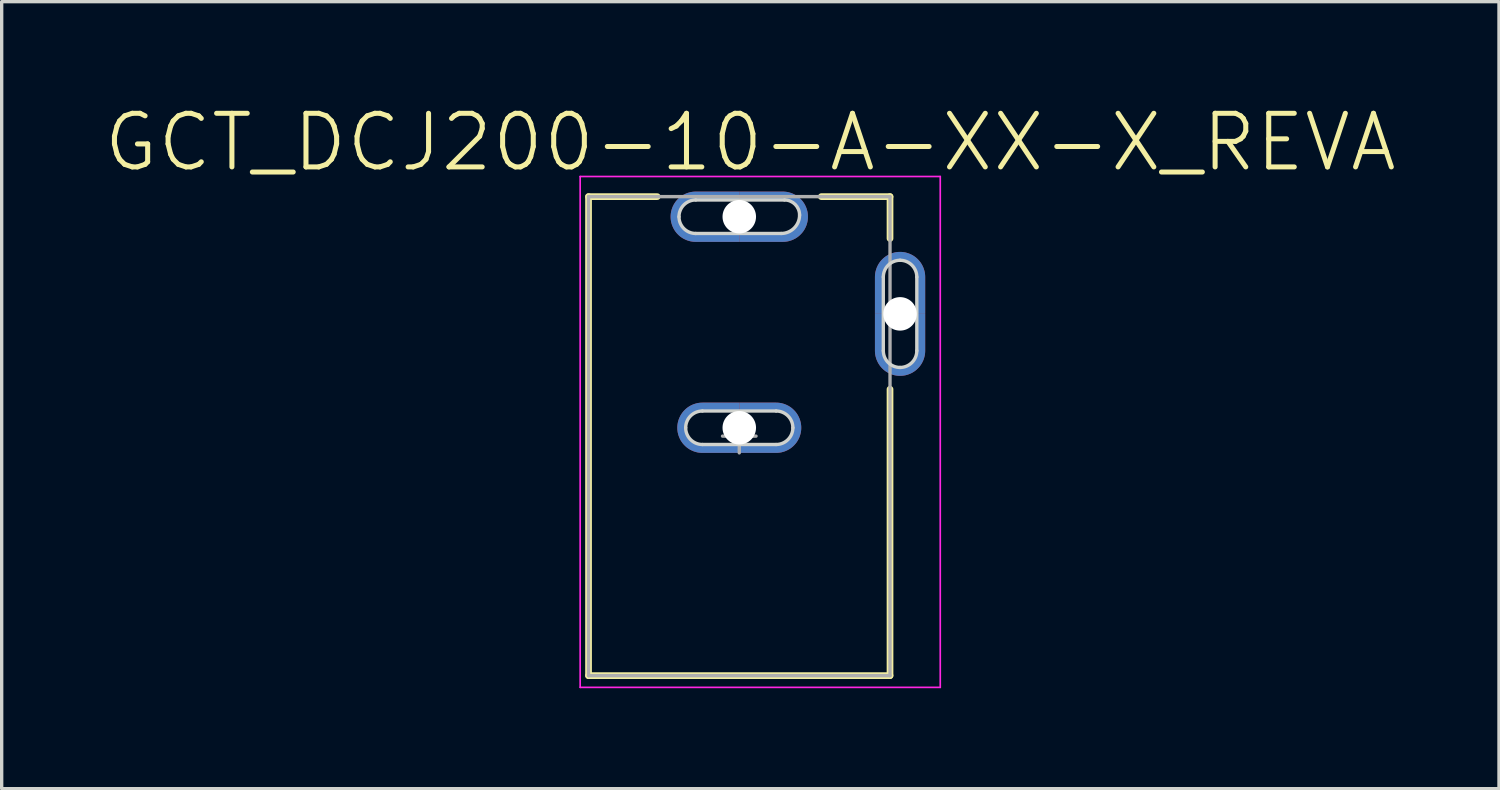
<source format=kicad_pcb>
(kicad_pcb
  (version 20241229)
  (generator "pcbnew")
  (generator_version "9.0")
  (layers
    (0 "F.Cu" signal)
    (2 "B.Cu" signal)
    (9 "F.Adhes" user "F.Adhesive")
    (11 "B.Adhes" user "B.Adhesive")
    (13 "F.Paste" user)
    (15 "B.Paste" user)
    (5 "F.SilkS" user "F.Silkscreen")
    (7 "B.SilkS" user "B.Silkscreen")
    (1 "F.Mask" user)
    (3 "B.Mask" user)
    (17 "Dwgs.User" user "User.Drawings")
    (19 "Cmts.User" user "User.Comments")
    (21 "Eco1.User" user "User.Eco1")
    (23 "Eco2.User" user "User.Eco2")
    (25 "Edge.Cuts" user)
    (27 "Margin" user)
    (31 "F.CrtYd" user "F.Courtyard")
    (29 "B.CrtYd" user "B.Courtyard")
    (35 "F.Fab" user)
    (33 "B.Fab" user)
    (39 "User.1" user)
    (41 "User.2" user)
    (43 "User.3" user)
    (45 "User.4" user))
  (footprint "GCT_DCJ200-10-A-XX-X_REVA"
    (layer "F.Cu")
    (at 19.02 9.97)
    (property "Reference" "GCT_DCJ200-10-A-XX-X_REVA" (at 0.33 -8.77 0) (layer "F.SilkS") (effects (font (size 1.601 1.601) (thickness 0.15))))
    (attr through_hole)
    (fp_poly (pts (xy 0 -7.05) (xy 0 -7.3) (xy -1.3 -7.3) (xy -1.339 -7.299) (xy -1.378 -7.296) (xy -1.417 -7.291) (xy -1.456 -7.284) (xy -1.494 -7.274) (xy -1.532 -7.263) (xy -1.569 -7.25) (xy -1.605 -7.235) (xy -1.64 -7.218) (xy -1.675 -7.2) (xy -1.708 -7.179) (xy -1.741 -7.157) (xy -1.772 -7.133) (xy -1.802 -7.107) (xy -1.83 -7.08) (xy -1.857 -7.052) (xy -1.883 -7.022) (xy -1.907 -6.991) (xy -1.929 -6.958) (xy -1.95 -6.925) (xy -1.968 -6.89) (xy -1.985 -6.855) (xy -2 -6.819) (xy -2.013 -6.782) (xy -2.024 -6.744) (xy -2.034 -6.706) (xy -2.041 -6.667) (xy -2.046 -6.628) (xy -2.049 -6.589) (xy -2.05 -6.55) (xy -2.049 -6.511) (xy -2.046 -6.472) (xy -2.041 -6.433) (xy -2.034 -6.394) (xy -2.024 -6.356) (xy -2.013 -6.318) (xy -2 -6.281) (xy -1.985 -6.245) (xy -1.968 -6.21) (xy -1.95 -6.175) (xy -1.929 -6.142) (xy -1.907 -6.109) (xy -1.883 -6.078) (xy -1.857 -6.048) (xy -1.83 -6.02) (xy -1.802 -5.993) (xy -1.772 -5.967) (xy -1.741 -5.943) (xy -1.708 -5.921) (xy -1.675 -5.9) (xy -1.64 -5.882) (xy -1.605 -5.865) (xy -1.569 -5.85) (xy -1.532 -5.837) (xy -1.494 -5.826) (xy -1.456 -5.816) (xy -1.417 -5.809) (xy -1.378 -5.804) (xy -1.339 -5.801) (xy -1.3 -5.8) (xy 0 -5.8) (xy 0 -6.05) (xy -1.3 -6.05) (xy -1.326 -6.051) (xy -1.352 -6.053) (xy -1.378 -6.056) (xy -1.404 -6.061) (xy -1.429 -6.067) (xy -1.455 -6.074) (xy -1.479 -6.083) (xy -1.503 -6.093) (xy -1.527 -6.104) (xy -1.55 -6.117) (xy -1.572 -6.131) (xy -1.594 -6.145) (xy -1.615 -6.161) (xy -1.635 -6.178) (xy -1.654 -6.196) (xy -1.672 -6.215) (xy -1.689 -6.235) (xy -1.705 -6.256) (xy -1.719 -6.278) (xy -1.733 -6.3) (xy -1.746 -6.323) (xy -1.757 -6.347) (xy -1.767 -6.371) (xy -1.776 -6.395) (xy -1.783 -6.421) (xy -1.789 -6.446) (xy -1.794 -6.472) (xy -1.797 -6.498) (xy -1.799 -6.524) (xy -1.8 -6.55) (xy -1.799 -6.576) (xy -1.797 -6.602) (xy -1.794 -6.628) (xy -1.789 -6.654) (xy -1.783 -6.679) (xy -1.776 -6.705) (xy -1.767 -6.729) (xy -1.757 -6.753) (xy -1.746 -6.777) (xy -1.733 -6.8) (xy -1.719 -6.822) (xy -1.705 -6.844) (xy -1.689 -6.865) (xy -1.672 -6.885) (xy -1.654 -6.904) (xy -1.635 -6.922) (xy -1.615 -6.939) (xy -1.594 -6.955) (xy -1.572 -6.969) (xy -1.55 -6.983) (xy -1.527 -6.996) (xy -1.503 -7.007) (xy -1.479 -7.017) (xy -1.455 -7.026) (xy -1.429 -7.033) (xy -1.404 -7.039) (xy -1.378 -7.044) (xy -1.352 -7.047) (xy -1.326 -7.049) (xy -1.3 -7.05) (xy 0 -7.05)) (stroke (width 0.001) (type solid)) (fill yes) (layer "F.Cu"))
    (fp_poly (pts (xy 0 -6.05) (xy 0 -5.8) (xy 1.3 -5.8) (xy 1.339 -5.801) (xy 1.378 -5.804) (xy 1.417 -5.809) (xy 1.456 -5.816) (xy 1.494 -5.826) (xy 1.532 -5.837) (xy 1.569 -5.85) (xy 1.605 -5.865) (xy 1.64 -5.882) (xy 1.675 -5.9) (xy 1.708 -5.921) (xy 1.741 -5.943) (xy 1.772 -5.967) (xy 1.802 -5.993) (xy 1.83 -6.02) (xy 1.857 -6.048) (xy 1.883 -6.078) (xy 1.907 -6.109) (xy 1.929 -6.142) (xy 1.95 -6.175) (xy 1.968 -6.21) (xy 1.985 -6.245) (xy 2 -6.281) (xy 2.013 -6.318) (xy 2.024 -6.356) (xy 2.034 -6.394) (xy 2.041 -6.433) (xy 2.046 -6.472) (xy 2.049 -6.511) (xy 2.05 -6.55) (xy 2.049 -6.589) (xy 2.046 -6.628) (xy 2.041 -6.667) (xy 2.034 -6.706) (xy 2.024 -6.744) (xy 2.013 -6.782) (xy 2 -6.819) (xy 1.985 -6.855) (xy 1.968 -6.89) (xy 1.95 -6.925) (xy 1.929 -6.958) (xy 1.907 -6.991) (xy 1.883 -7.022) (xy 1.857 -7.052) (xy 1.83 -7.08) (xy 1.802 -7.107) (xy 1.772 -7.133) (xy 1.741 -7.157) (xy 1.708 -7.179) (xy 1.675 -7.2) (xy 1.64 -7.218) (xy 1.605 -7.235) (xy 1.569 -7.25) (xy 1.532 -7.263) (xy 1.494 -7.274) (xy 1.456 -7.284) (xy 1.417 -7.291) (xy 1.378 -7.296) (xy 1.339 -7.299) (xy 1.3 -7.3) (xy 0 -7.3) (xy 0 -7.05) (xy 1.3 -7.05) (xy 1.326 -7.049) (xy 1.352 -7.047) (xy 1.378 -7.044) (xy 1.404 -7.039) (xy 1.429 -7.033) (xy 1.455 -7.026) (xy 1.479 -7.017) (xy 1.503 -7.007) (xy 1.527 -6.996) (xy 1.55 -6.983) (xy 1.572 -6.969) (xy 1.594 -6.955) (xy 1.615 -6.939) (xy 1.635 -6.922) (xy 1.654 -6.904) (xy 1.672 -6.885) (xy 1.689 -6.865) (xy 1.705 -6.844) (xy 1.719 -6.822) (xy 1.733 -6.8) (xy 1.746 -6.777) (xy 1.757 -6.753) (xy 1.767 -6.729) (xy 1.776 -6.705) (xy 1.783 -6.679) (xy 1.789 -6.654) (xy 1.794 -6.628) (xy 1.797 -6.602) (xy 1.799 -6.576) (xy 1.8 -6.55) (xy 1.799 -6.524) (xy 1.797 -6.498) (xy 1.794 -6.472) (xy 1.789 -6.446) (xy 1.783 -6.421) (xy 1.776 -6.395) (xy 1.767 -6.371) (xy 1.757 -6.347) (xy 1.746 -6.323) (xy 1.733 -6.3) (xy 1.719 -6.278) (xy 1.705 -6.256) (xy 1.689 -6.235) (xy 1.672 -6.215) (xy 1.654 -6.196) (xy 1.635 -6.178) (xy 1.615 -6.161) (xy 1.594 -6.145) (xy 1.572 -6.131) (xy 1.55 -6.117) (xy 1.527 -6.104) (xy 1.503 -6.093) (xy 1.479 -6.083) (xy 1.455 -6.074) (xy 1.429 -6.067) (xy 1.404 -6.061) (xy 1.378 -6.056) (xy 1.352 -6.053) (xy 1.326 -6.051) (xy 1.3 -6.05) (xy 0 -6.05)) (stroke (width 0.001) (type solid)) (fill yes) (layer "F.Cu"))
    (fp_poly (pts (xy 0 -0.75) (xy 0 -1) (xy -1.1 -1) (xy -1.139 -0.999) (xy -1.178 -0.996) (xy -1.217 -0.991) (xy -1.256 -0.984) (xy -1.294 -0.974) (xy -1.332 -0.963) (xy -1.369 -0.95) (xy -1.405 -0.935) (xy -1.44 -0.918) (xy -1.475 -0.9) (xy -1.508 -0.879) (xy -1.541 -0.857) (xy -1.572 -0.833) (xy -1.602 -0.807) (xy -1.63 -0.78) (xy -1.657 -0.752) (xy -1.683 -0.722) (xy -1.707 -0.691) (xy -1.729 -0.658) (xy -1.75 -0.625) (xy -1.768 -0.59) (xy -1.785 -0.555) (xy -1.8 -0.519) (xy -1.813 -0.482) (xy -1.824 -0.444) (xy -1.834 -0.406) (xy -1.841 -0.367) (xy -1.846 -0.328) (xy -1.849 -0.289) (xy -1.85 -0.25) (xy -1.849 -0.211) (xy -1.846 -0.172) (xy -1.841 -0.133) (xy -1.834 -0.094) (xy -1.824 -0.056) (xy -1.813 -0.018) (xy -1.8 0.019) (xy -1.785 0.055) (xy -1.768 0.09) (xy -1.75 0.125) (xy -1.729 0.158) (xy -1.707 0.191) (xy -1.683 0.222) (xy -1.657 0.252) (xy -1.63 0.28) (xy -1.602 0.307) (xy -1.572 0.333) (xy -1.541 0.357) (xy -1.508 0.379) (xy -1.475 0.4) (xy -1.44 0.418) (xy -1.405 0.435) (xy -1.369 0.45) (xy -1.332 0.463) (xy -1.294 0.474) (xy -1.256 0.484) (xy -1.217 0.491) (xy -1.178 0.496) (xy -1.139 0.499) (xy -1.1 0.5) (xy 0 0.5) (xy 0 0.25) (xy -1.1 0.25) (xy -1.126 0.249) (xy -1.152 0.247) (xy -1.178 0.244) (xy -1.204 0.239) (xy -1.229 0.233) (xy -1.255 0.226) (xy -1.279 0.217) (xy -1.303 0.207) (xy -1.327 0.196) (xy -1.35 0.183) (xy -1.372 0.169) (xy -1.394 0.155) (xy -1.415 0.139) (xy -1.435 0.122) (xy -1.454 0.104) (xy -1.472 0.085) (xy -1.489 0.065) (xy -1.505 0.044) (xy -1.519 0.022) (xy -1.533 0) (xy -1.546 -0.023) (xy -1.557 -0.047) (xy -1.567 -0.071) (xy -1.576 -0.095) (xy -1.583 -0.121) (xy -1.589 -0.146) (xy -1.594 -0.172) (xy -1.597 -0.198) (xy -1.599 -0.224) (xy -1.6 -0.25) (xy -1.599 -0.276) (xy -1.597 -0.302) (xy -1.594 -0.328) (xy -1.589 -0.354) (xy -1.583 -0.379) (xy -1.576 -0.405) (xy -1.567 -0.429) (xy -1.557 -0.453) (xy -1.546 -0.477) (xy -1.533 -0.5) (xy -1.519 -0.522) (xy -1.505 -0.544) (xy -1.489 -0.565) (xy -1.472 -0.585) (xy -1.454 -0.604) (xy -1.435 -0.622) (xy -1.415 -0.639) (xy -1.394 -0.655) (xy -1.372 -0.669) (xy -1.35 -0.683) (xy -1.327 -0.696) (xy -1.303 -0.707) (xy -1.279 -0.717) (xy -1.255 -0.726) (xy -1.229 -0.733) (xy -1.204 -0.739) (xy -1.178 -0.744) (xy -1.152 -0.747) (xy -1.126 -0.749) (xy -1.1 -0.75) (xy 0 -0.75)) (stroke (width 0.001) (type solid)) (fill yes) (layer "F.Cu"))
    (fp_poly (pts (xy 0 0.25) (xy 0 0.5) (xy 1.1 0.5) (xy 1.139 0.499) (xy 1.178 0.496) (xy 1.217 0.491) (xy 1.256 0.484) (xy 1.294 0.474) (xy 1.332 0.463) (xy 1.369 0.45) (xy 1.405 0.435) (xy 1.44 0.418) (xy 1.475 0.4) (xy 1.508 0.379) (xy 1.541 0.357) (xy 1.572 0.333) (xy 1.602 0.307) (xy 1.63 0.28) (xy 1.657 0.252) (xy 1.683 0.222) (xy 1.707 0.191) (xy 1.729 0.158) (xy 1.75 0.125) (xy 1.768 0.09) (xy 1.785 0.055) (xy 1.8 0.019) (xy 1.813 -0.018) (xy 1.824 -0.056) (xy 1.834 -0.094) (xy 1.841 -0.133) (xy 1.846 -0.172) (xy 1.849 -0.211) (xy 1.85 -0.25) (xy 1.849 -0.289) (xy 1.846 -0.328) (xy 1.841 -0.367) (xy 1.834 -0.406) (xy 1.824 -0.444) (xy 1.813 -0.482) (xy 1.8 -0.519) (xy 1.785 -0.555) (xy 1.768 -0.59) (xy 1.75 -0.625) (xy 1.729 -0.658) (xy 1.707 -0.691) (xy 1.683 -0.722) (xy 1.657 -0.752) (xy 1.63 -0.78) (xy 1.602 -0.807) (xy 1.572 -0.833) (xy 1.541 -0.857) (xy 1.508 -0.879) (xy 1.475 -0.9) (xy 1.44 -0.918) (xy 1.405 -0.935) (xy 1.369 -0.95) (xy 1.332 -0.963) (xy 1.294 -0.974) (xy 1.256 -0.984) (xy 1.217 -0.991) (xy 1.178 -0.996) (xy 1.139 -0.999) (xy 1.1 -1) (xy 0 -1) (xy 0 -0.75) (xy 1.1 -0.75) (xy 1.126 -0.749) (xy 1.152 -0.747) (xy 1.178 -0.744) (xy 1.204 -0.739) (xy 1.229 -0.733) (xy 1.255 -0.726) (xy 1.279 -0.717) (xy 1.303 -0.707) (xy 1.327 -0.696) (xy 1.35 -0.683) (xy 1.372 -0.669) (xy 1.394 -0.655) (xy 1.415 -0.639) (xy 1.435 -0.622) (xy 1.454 -0.604) (xy 1.472 -0.585) (xy 1.489 -0.565) (xy 1.505 -0.544) (xy 1.519 -0.522) (xy 1.533 -0.5) (xy 1.546 -0.477) (xy 1.557 -0.453) (xy 1.567 -0.429) (xy 1.576 -0.405) (xy 1.583 -0.379) (xy 1.589 -0.354) (xy 1.594 -0.328) (xy 1.597 -0.302) (xy 1.599 -0.276) (xy 1.6 -0.25) (xy 1.599 -0.224) (xy 1.597 -0.198) (xy 1.594 -0.172) (xy 1.589 -0.146) (xy 1.583 -0.121) (xy 1.576 -0.095) (xy 1.567 -0.071) (xy 1.557 -0.047) (xy 1.546 -0.023) (xy 1.533 0) (xy 1.519 0.022) (xy 1.505 0.044) (xy 1.489 0.065) (xy 1.472 0.085) (xy 1.454 0.104) (xy 1.435 0.122) (xy 1.415 0.139) (xy 1.394 0.155) (xy 1.372 0.169) (xy 1.35 0.183) (xy 1.327 0.196) (xy 1.303 0.207) (xy 1.279 0.217) (xy 1.255 0.226) (xy 1.229 0.233) (xy 1.204 0.239) (xy 1.178 0.244) (xy 1.152 0.247) (xy 1.126 0.249) (xy 1.1 0.25) (xy 0 0.25)) (stroke (width 0.001) (type solid)) (fill yes) (layer "F.Cu"))
    (fp_poly (pts (xy 4.3 -3.65) (xy 4.05 -3.65) (xy 4.05 -2.55) (xy 4.051 -2.511) (xy 4.054 -2.472) (xy 4.059 -2.433) (xy 4.066 -2.394) (xy 4.076 -2.356) (xy 4.087 -2.318) (xy 4.1 -2.281) (xy 4.115 -2.245) (xy 4.132 -2.21) (xy 4.15 -2.175) (xy 4.171 -2.142) (xy 4.193 -2.109) (xy 4.217 -2.078) (xy 4.243 -2.048) (xy 4.27 -2.02) (xy 4.298 -1.993) (xy 4.328 -1.967) (xy 4.359 -1.943) (xy 4.392 -1.921) (xy 4.425 -1.9) (xy 4.46 -1.882) (xy 4.495 -1.865) (xy 4.531 -1.85) (xy 4.568 -1.837) (xy 4.606 -1.826) (xy 4.644 -1.816) (xy 4.683 -1.809) (xy 4.722 -1.804) (xy 4.761 -1.801) (xy 4.8 -1.8) (xy 4.839 -1.801) (xy 4.878 -1.804) (xy 4.917 -1.809) (xy 4.956 -1.816) (xy 4.994 -1.826) (xy 5.032 -1.837) (xy 5.069 -1.85) (xy 5.105 -1.865) (xy 5.14 -1.882) (xy 5.175 -1.9) (xy 5.208 -1.921) (xy 5.241 -1.943) (xy 5.272 -1.967) (xy 5.302 -1.993) (xy 5.33 -2.02) (xy 5.357 -2.048) (xy 5.383 -2.078) (xy 5.407 -2.109) (xy 5.429 -2.142) (xy 5.45 -2.175) (xy 5.468 -2.21) (xy 5.485 -2.245) (xy 5.5 -2.281) (xy 5.513 -2.318) (xy 5.524 -2.356) (xy 5.534 -2.394) (xy 5.541 -2.433) (xy 5.546 -2.472) (xy 5.549 -2.511) (xy 5.55 -2.55) (xy 5.55 -3.65) (xy 5.3 -3.65) (xy 5.3 -2.55) (xy 5.299 -2.524) (xy 5.297 -2.498) (xy 5.294 -2.472) (xy 5.289 -2.446) (xy 5.283 -2.421) (xy 5.276 -2.395) (xy 5.267 -2.371) (xy 5.257 -2.347) (xy 5.246 -2.323) (xy 5.233 -2.3) (xy 5.219 -2.278) (xy 5.205 -2.256) (xy 5.189 -2.235) (xy 5.172 -2.215) (xy 5.154 -2.196) (xy 5.135 -2.178) (xy 5.115 -2.161) (xy 5.094 -2.145) (xy 5.072 -2.131) (xy 5.05 -2.117) (xy 5.027 -2.104) (xy 5.003 -2.093) (xy 4.979 -2.083) (xy 4.955 -2.074) (xy 4.929 -2.067) (xy 4.904 -2.061) (xy 4.878 -2.056) (xy 4.852 -2.053) (xy 4.826 -2.051) (xy 4.8 -2.05) (xy 4.774 -2.051) (xy 4.748 -2.053) (xy 4.722 -2.056) (xy 4.696 -2.061) (xy 4.671 -2.067) (xy 4.645 -2.074) (xy 4.621 -2.083) (xy 4.597 -2.093) (xy 4.573 -2.104) (xy 4.55 -2.117) (xy 4.528 -2.131) (xy 4.506 -2.145) (xy 4.485 -2.161) (xy 4.465 -2.178) (xy 4.446 -2.196) (xy 4.428 -2.215) (xy 4.411 -2.235) (xy 4.395 -2.256) (xy 4.381 -2.278) (xy 4.367 -2.3) (xy 4.354 -2.323) (xy 4.343 -2.347) (xy 4.333 -2.371) (xy 4.324 -2.395) (xy 4.317 -2.421) (xy 4.311 -2.446) (xy 4.306 -2.472) (xy 4.303 -2.498) (xy 4.301 -2.524) (xy 4.3 -2.55) (xy 4.3 -3.65)) (stroke (width 0.001) (type solid)) (fill yes) (layer "F.Cu"))
    (fp_poly (pts (xy 5.3 -3.65) (xy 5.55 -3.65) (xy 5.55 -4.75) (xy 5.549 -4.789) (xy 5.546 -4.828) (xy 5.541 -4.867) (xy 5.534 -4.906) (xy 5.524 -4.944) (xy 5.513 -4.982) (xy 5.5 -5.019) (xy 5.485 -5.055) (xy 5.468 -5.09) (xy 5.45 -5.125) (xy 5.429 -5.158) (xy 5.407 -5.191) (xy 5.383 -5.222) (xy 5.357 -5.252) (xy 5.33 -5.28) (xy 5.302 -5.307) (xy 5.272 -5.333) (xy 5.241 -5.357) (xy 5.208 -5.379) (xy 5.175 -5.4) (xy 5.14 -5.418) (xy 5.105 -5.435) (xy 5.069 -5.45) (xy 5.032 -5.463) (xy 4.994 -5.474) (xy 4.956 -5.484) (xy 4.917 -5.491) (xy 4.878 -5.496) (xy 4.839 -5.499) (xy 4.8 -5.5) (xy 4.761 -5.499) (xy 4.722 -5.496) (xy 4.683 -5.491) (xy 4.644 -5.484) (xy 4.606 -5.474) (xy 4.568 -5.463) (xy 4.531 -5.45) (xy 4.495 -5.435) (xy 4.46 -5.418) (xy 4.425 -5.4) (xy 4.392 -5.379) (xy 4.359 -5.357) (xy 4.328 -5.333) (xy 4.298 -5.307) (xy 4.27 -5.28) (xy 4.243 -5.252) (xy 4.217 -5.222) (xy 4.193 -5.191) (xy 4.171 -5.158) (xy 4.15 -5.125) (xy 4.132 -5.09) (xy 4.115 -5.055) (xy 4.1 -5.019) (xy 4.087 -4.982) (xy 4.076 -4.944) (xy 4.066 -4.906) (xy 4.059 -4.867) (xy 4.054 -4.828) (xy 4.051 -4.789) (xy 4.05 -4.75) (xy 4.05 -3.65) (xy 4.3 -3.65) (xy 4.3 -4.75) (xy 4.301 -4.776) (xy 4.303 -4.802) (xy 4.306 -4.828) (xy 4.311 -4.854) (xy 4.317 -4.879) (xy 4.324 -4.905) (xy 4.333 -4.929) (xy 4.343 -4.953) (xy 4.354 -4.977) (xy 4.367 -5) (xy 4.381 -5.022) (xy 4.395 -5.044) (xy 4.411 -5.065) (xy 4.428 -5.085) (xy 4.446 -5.104) (xy 4.465 -5.122) (xy 4.485 -5.139) (xy 4.506 -5.155) (xy 4.528 -5.169) (xy 4.55 -5.183) (xy 4.573 -5.196) (xy 4.597 -5.207) (xy 4.621 -5.217) (xy 4.645 -5.226) (xy 4.671 -5.233) (xy 4.696 -5.239) (xy 4.722 -5.244) (xy 4.748 -5.247) (xy 4.774 -5.249) (xy 4.8 -5.25) (xy 4.826 -5.249) (xy 4.852 -5.247) (xy 4.878 -5.244) (xy 4.904 -5.239) (xy 4.929 -5.233) (xy 4.955 -5.226) (xy 4.979 -5.217) (xy 5.003 -5.207) (xy 5.027 -5.196) (xy 5.05 -5.183) (xy 5.072 -5.169) (xy 5.094 -5.155) (xy 5.115 -5.139) (xy 5.135 -5.122) (xy 5.154 -5.104) (xy 5.172 -5.085) (xy 5.189 -5.065) (xy 5.205 -5.044) (xy 5.219 -5.022) (xy 5.233 -5) (xy 5.246 -4.977) (xy 5.257 -4.953) (xy 5.267 -4.929) (xy 5.276 -4.905) (xy 5.283 -4.879) (xy 5.289 -4.854) (xy 5.294 -4.828) (xy 5.297 -4.802) (xy 5.299 -4.776) (xy 5.3 -4.75) (xy 5.3 -3.65)) (stroke (width 0.001) (type solid)) (fill yes) (layer "F.Cu"))
    (fp_poly (pts (xy -2.152 -7.4) (xy 2.15 -7.4) (xy 2.15 -5.706) (xy -2.152 -5.706)) (stroke (width 0.01) (type solid)) (fill yes) (layer "F.Mask"))
    (fp_poly (pts (xy -1.951 -1.1) (xy 1.95 -1.1) (xy 1.95 0.6) (xy -1.951 0.6)) (stroke (width 0.01) (type solid)) (fill yes) (layer "F.Mask"))
    (fp_poly (pts (xy 2.855 -4.5) (xy 6.75 -4.5) (xy 6.75 -2.804) (xy 2.855 -2.804)) (stroke (width 0.01) (type solid)) (fill yes) (layer "F.Mask"))
    (fp_poly (pts (xy 0 -7.05) (xy 0 -7.3) (xy -1.3 -7.3) (xy -1.339 -7.299) (xy -1.378 -7.296) (xy -1.417 -7.291) (xy -1.456 -7.284) (xy -1.494 -7.274) (xy -1.532 -7.263) (xy -1.569 -7.25) (xy -1.605 -7.235) (xy -1.64 -7.218) (xy -1.675 -7.2) (xy -1.708 -7.179) (xy -1.741 -7.157) (xy -1.772 -7.133) (xy -1.802 -7.107) (xy -1.83 -7.08) (xy -1.857 -7.052) (xy -1.883 -7.022) (xy -1.907 -6.991) (xy -1.929 -6.958) (xy -1.95 -6.925) (xy -1.968 -6.89) (xy -1.985 -6.855) (xy -2 -6.819) (xy -2.013 -6.782) (xy -2.024 -6.744) (xy -2.034 -6.706) (xy -2.041 -6.667) (xy -2.046 -6.628) (xy -2.049 -6.589) (xy -2.05 -6.55) (xy -2.049 -6.511) (xy -2.046 -6.472) (xy -2.041 -6.433) (xy -2.034 -6.394) (xy -2.024 -6.356) (xy -2.013 -6.318) (xy -2 -6.281) (xy -1.985 -6.245) (xy -1.968 -6.21) (xy -1.95 -6.175) (xy -1.929 -6.142) (xy -1.907 -6.109) (xy -1.883 -6.078) (xy -1.857 -6.048) (xy -1.83 -6.02) (xy -1.802 -5.993) (xy -1.772 -5.967) (xy -1.741 -5.943) (xy -1.708 -5.921) (xy -1.675 -5.9) (xy -1.64 -5.882) (xy -1.605 -5.865) (xy -1.569 -5.85) (xy -1.532 -5.837) (xy -1.494 -5.826) (xy -1.456 -5.816) (xy -1.417 -5.809) (xy -1.378 -5.804) (xy -1.339 -5.801) (xy -1.3 -5.8) (xy 0 -5.8) (xy 0 -6.05) (xy -1.3 -6.05) (xy -1.326 -6.051) (xy -1.352 -6.053) (xy -1.378 -6.056) (xy -1.404 -6.061) (xy -1.429 -6.067) (xy -1.455 -6.074) (xy -1.479 -6.083) (xy -1.503 -6.093) (xy -1.527 -6.104) (xy -1.55 -6.117) (xy -1.572 -6.131) (xy -1.594 -6.145) (xy -1.615 -6.161) (xy -1.635 -6.178) (xy -1.654 -6.196) (xy -1.672 -6.215) (xy -1.689 -6.235) (xy -1.705 -6.256) (xy -1.719 -6.278) (xy -1.733 -6.3) (xy -1.746 -6.323) (xy -1.757 -6.347) (xy -1.767 -6.371) (xy -1.776 -6.395) (xy -1.783 -6.421) (xy -1.789 -6.446) (xy -1.794 -6.472) (xy -1.797 -6.498) (xy -1.799 -6.524) (xy -1.8 -6.55) (xy -1.799 -6.576) (xy -1.797 -6.602) (xy -1.794 -6.628) (xy -1.789 -6.654) (xy -1.783 -6.679) (xy -1.776 -6.705) (xy -1.767 -6.729) (xy -1.757 -6.753) (xy -1.746 -6.777) (xy -1.733 -6.8) (xy -1.719 -6.822) (xy -1.705 -6.844) (xy -1.689 -6.865) (xy -1.672 -6.885) (xy -1.654 -6.904) (xy -1.635 -6.922) (xy -1.615 -6.939) (xy -1.594 -6.955) (xy -1.572 -6.969) (xy -1.55 -6.983) (xy -1.527 -6.996) (xy -1.503 -7.007) (xy -1.479 -7.017) (xy -1.455 -7.026) (xy -1.429 -7.033) (xy -1.404 -7.039) (xy -1.378 -7.044) (xy -1.352 -7.047) (xy -1.326 -7.049) (xy -1.3 -7.05) (xy 0 -7.05)) (stroke (width 0.001) (type solid)) (fill yes) (layer "B.Cu"))
    (fp_poly (pts (xy 0 -6.05) (xy 0 -5.8) (xy 1.3 -5.8) (xy 1.339 -5.801) (xy 1.378 -5.804) (xy 1.417 -5.809) (xy 1.456 -5.816) (xy 1.494 -5.826) (xy 1.532 -5.837) (xy 1.569 -5.85) (xy 1.605 -5.865) (xy 1.64 -5.882) (xy 1.675 -5.9) (xy 1.708 -5.921) (xy 1.741 -5.943) (xy 1.772 -5.967) (xy 1.802 -5.993) (xy 1.83 -6.02) (xy 1.857 -6.048) (xy 1.883 -6.078) (xy 1.907 -6.109) (xy 1.929 -6.142) (xy 1.95 -6.175) (xy 1.968 -6.21) (xy 1.985 -6.245) (xy 2 -6.281) (xy 2.013 -6.318) (xy 2.024 -6.356) (xy 2.034 -6.394) (xy 2.041 -6.433) (xy 2.046 -6.472) (xy 2.049 -6.511) (xy 2.05 -6.55) (xy 2.049 -6.589) (xy 2.046 -6.628) (xy 2.041 -6.667) (xy 2.034 -6.706) (xy 2.024 -6.744) (xy 2.013 -6.782) (xy 2 -6.819) (xy 1.985 -6.855) (xy 1.968 -6.89) (xy 1.95 -6.925) (xy 1.929 -6.958) (xy 1.907 -6.991) (xy 1.883 -7.022) (xy 1.857 -7.052) (xy 1.83 -7.08) (xy 1.802 -7.107) (xy 1.772 -7.133) (xy 1.741 -7.157) (xy 1.708 -7.179) (xy 1.675 -7.2) (xy 1.64 -7.218) (xy 1.605 -7.235) (xy 1.569 -7.25) (xy 1.532 -7.263) (xy 1.494 -7.274) (xy 1.456 -7.284) (xy 1.417 -7.291) (xy 1.378 -7.296) (xy 1.339 -7.299) (xy 1.3 -7.3) (xy 0 -7.3) (xy 0 -7.05) (xy 1.3 -7.05) (xy 1.326 -7.049) (xy 1.352 -7.047) (xy 1.378 -7.044) (xy 1.404 -7.039) (xy 1.429 -7.033) (xy 1.455 -7.026) (xy 1.479 -7.017) (xy 1.503 -7.007) (xy 1.527 -6.996) (xy 1.55 -6.983) (xy 1.572 -6.969) (xy 1.594 -6.955) (xy 1.615 -6.939) (xy 1.635 -6.922) (xy 1.654 -6.904) (xy 1.672 -6.885) (xy 1.689 -6.865) (xy 1.705 -6.844) (xy 1.719 -6.822) (xy 1.733 -6.8) (xy 1.746 -6.777) (xy 1.757 -6.753) (xy 1.767 -6.729) (xy 1.776 -6.705) (xy 1.783 -6.679) (xy 1.789 -6.654) (xy 1.794 -6.628) (xy 1.797 -6.602) (xy 1.799 -6.576) (xy 1.8 -6.55) (xy 1.799 -6.524) (xy 1.797 -6.498) (xy 1.794 -6.472) (xy 1.789 -6.446) (xy 1.783 -6.421) (xy 1.776 -6.395) (xy 1.767 -6.371) (xy 1.757 -6.347) (xy 1.746 -6.323) (xy 1.733 -6.3) (xy 1.719 -6.278) (xy 1.705 -6.256) (xy 1.689 -6.235) (xy 1.672 -6.215) (xy 1.654 -6.196) (xy 1.635 -6.178) (xy 1.615 -6.161) (xy 1.594 -6.145) (xy 1.572 -6.131) (xy 1.55 -6.117) (xy 1.527 -6.104) (xy 1.503 -6.093) (xy 1.479 -6.083) (xy 1.455 -6.074) (xy 1.429 -6.067) (xy 1.404 -6.061) (xy 1.378 -6.056) (xy 1.352 -6.053) (xy 1.326 -6.051) (xy 1.3 -6.05) (xy 0 -6.05)) (stroke (width 0.001) (type solid)) (fill yes) (layer "B.Cu"))
    (fp_poly (pts (xy 0 -0.75) (xy 0 -1) (xy -1.1 -1) (xy -1.139 -0.999) (xy -1.178 -0.996) (xy -1.217 -0.991) (xy -1.256 -0.984) (xy -1.294 -0.974) (xy -1.332 -0.963) (xy -1.369 -0.95) (xy -1.405 -0.935) (xy -1.44 -0.918) (xy -1.475 -0.9) (xy -1.508 -0.879) (xy -1.541 -0.857) (xy -1.572 -0.833) (xy -1.602 -0.807) (xy -1.63 -0.78) (xy -1.657 -0.752) (xy -1.683 -0.722) (xy -1.707 -0.691) (xy -1.729 -0.658) (xy -1.75 -0.625) (xy -1.768 -0.59) (xy -1.785 -0.555) (xy -1.8 -0.519) (xy -1.813 -0.482) (xy -1.824 -0.444) (xy -1.834 -0.406) (xy -1.841 -0.367) (xy -1.846 -0.328) (xy -1.849 -0.289) (xy -1.85 -0.25) (xy -1.849 -0.211) (xy -1.846 -0.172) (xy -1.841 -0.133) (xy -1.834 -0.094) (xy -1.824 -0.056) (xy -1.813 -0.018) (xy -1.8 0.019) (xy -1.785 0.055) (xy -1.768 0.09) (xy -1.75 0.125) (xy -1.729 0.158) (xy -1.707 0.191) (xy -1.683 0.222) (xy -1.657 0.252) (xy -1.63 0.28) (xy -1.602 0.307) (xy -1.572 0.333) (xy -1.541 0.357) (xy -1.508 0.379) (xy -1.475 0.4) (xy -1.44 0.418) (xy -1.405 0.435) (xy -1.369 0.45) (xy -1.332 0.463) (xy -1.294 0.474) (xy -1.256 0.484) (xy -1.217 0.491) (xy -1.178 0.496) (xy -1.139 0.499) (xy -1.1 0.5) (xy 0 0.5) (xy 0 0.25) (xy -1.1 0.25) (xy -1.126 0.249) (xy -1.152 0.247) (xy -1.178 0.244) (xy -1.204 0.239) (xy -1.229 0.233) (xy -1.255 0.226) (xy -1.279 0.217) (xy -1.303 0.207) (xy -1.327 0.196) (xy -1.35 0.183) (xy -1.372 0.169) (xy -1.394 0.155) (xy -1.415 0.139) (xy -1.435 0.122) (xy -1.454 0.104) (xy -1.472 0.085) (xy -1.489 0.065) (xy -1.505 0.044) (xy -1.519 0.022) (xy -1.533 0) (xy -1.546 -0.023) (xy -1.557 -0.047) (xy -1.567 -0.071) (xy -1.576 -0.095) (xy -1.583 -0.121) (xy -1.589 -0.146) (xy -1.594 -0.172) (xy -1.597 -0.198) (xy -1.599 -0.224) (xy -1.6 -0.25) (xy -1.599 -0.276) (xy -1.597 -0.302) (xy -1.594 -0.328) (xy -1.589 -0.354) (xy -1.583 -0.379) (xy -1.576 -0.405) (xy -1.567 -0.429) (xy -1.557 -0.453) (xy -1.546 -0.477) (xy -1.533 -0.5) (xy -1.519 -0.522) (xy -1.505 -0.544) (xy -1.489 -0.565) (xy -1.472 -0.585) (xy -1.454 -0.604) (xy -1.435 -0.622) (xy -1.415 -0.639) (xy -1.394 -0.655) (xy -1.372 -0.669) (xy -1.35 -0.683) (xy -1.327 -0.696) (xy -1.303 -0.707) (xy -1.279 -0.717) (xy -1.255 -0.726) (xy -1.229 -0.733) (xy -1.204 -0.739) (xy -1.178 -0.744) (xy -1.152 -0.747) (xy -1.126 -0.749) (xy -1.1 -0.75) (xy 0 -0.75)) (stroke (width 0.001) (type solid)) (fill yes) (layer "B.Cu"))
    (fp_poly (pts (xy 0 0.25) (xy 0 0.5) (xy 1.1 0.5) (xy 1.139 0.499) (xy 1.178 0.496) (xy 1.217 0.491) (xy 1.256 0.484) (xy 1.294 0.474) (xy 1.332 0.463) (xy 1.369 0.45) (xy 1.405 0.435) (xy 1.44 0.418) (xy 1.475 0.4) (xy 1.508 0.379) (xy 1.541 0.357) (xy 1.572 0.333) (xy 1.602 0.307) (xy 1.63 0.28) (xy 1.657 0.252) (xy 1.683 0.222) (xy 1.707 0.191) (xy 1.729 0.158) (xy 1.75 0.125) (xy 1.768 0.09) (xy 1.785 0.055) (xy 1.8 0.019) (xy 1.813 -0.018) (xy 1.824 -0.056) (xy 1.834 -0.094) (xy 1.841 -0.133) (xy 1.846 -0.172) (xy 1.849 -0.211) (xy 1.85 -0.25) (xy 1.849 -0.289) (xy 1.846 -0.328) (xy 1.841 -0.367) (xy 1.834 -0.406) (xy 1.824 -0.444) (xy 1.813 -0.482) (xy 1.8 -0.519) (xy 1.785 -0.555) (xy 1.768 -0.59) (xy 1.75 -0.625) (xy 1.729 -0.658) (xy 1.707 -0.691) (xy 1.683 -0.722) (xy 1.657 -0.752) (xy 1.63 -0.78) (xy 1.602 -0.807) (xy 1.572 -0.833) (xy 1.541 -0.857) (xy 1.508 -0.879) (xy 1.475 -0.9) (xy 1.44 -0.918) (xy 1.405 -0.935) (xy 1.369 -0.95) (xy 1.332 -0.963) (xy 1.294 -0.974) (xy 1.256 -0.984) (xy 1.217 -0.991) (xy 1.178 -0.996) (xy 1.139 -0.999) (xy 1.1 -1) (xy 0 -1) (xy 0 -0.75) (xy 1.1 -0.75) (xy 1.126 -0.749) (xy 1.152 -0.747) (xy 1.178 -0.744) (xy 1.204 -0.739) (xy 1.229 -0.733) (xy 1.255 -0.726) (xy 1.279 -0.717) (xy 1.303 -0.707) (xy 1.327 -0.696) (xy 1.35 -0.683) (xy 1.372 -0.669) (xy 1.394 -0.655) (xy 1.415 -0.639) (xy 1.435 -0.622) (xy 1.454 -0.604) (xy 1.472 -0.585) (xy 1.489 -0.565) (xy 1.505 -0.544) (xy 1.519 -0.522) (xy 1.533 -0.5) (xy 1.546 -0.477) (xy 1.557 -0.453) (xy 1.567 -0.429) (xy 1.576 -0.405) (xy 1.583 -0.379) (xy 1.589 -0.354) (xy 1.594 -0.328) (xy 1.597 -0.302) (xy 1.599 -0.276) (xy 1.6 -0.25) (xy 1.599 -0.224) (xy 1.597 -0.198) (xy 1.594 -0.172) (xy 1.589 -0.146) (xy 1.583 -0.121) (xy 1.576 -0.095) (xy 1.567 -0.071) (xy 1.557 -0.047) (xy 1.546 -0.023) (xy 1.533 0) (xy 1.519 0.022) (xy 1.505 0.044) (xy 1.489 0.065) (xy 1.472 0.085) (xy 1.454 0.104) (xy 1.435 0.122) (xy 1.415 0.139) (xy 1.394 0.155) (xy 1.372 0.169) (xy 1.35 0.183) (xy 1.327 0.196) (xy 1.303 0.207) (xy 1.279 0.217) (xy 1.255 0.226) (xy 1.229 0.233) (xy 1.204 0.239) (xy 1.178 0.244) (xy 1.152 0.247) (xy 1.126 0.249) (xy 1.1 0.25) (xy 0 0.25)) (stroke (width 0.001) (type solid)) (fill yes) (layer "B.Cu"))
    (fp_poly (pts (xy 4.3 -3.65) (xy 4.05 -3.65) (xy 4.05 -2.55) (xy 4.051 -2.511) (xy 4.054 -2.472) (xy 4.059 -2.433) (xy 4.066 -2.394) (xy 4.076 -2.356) (xy 4.087 -2.318) (xy 4.1 -2.281) (xy 4.115 -2.245) (xy 4.132 -2.21) (xy 4.15 -2.175) (xy 4.171 -2.142) (xy 4.193 -2.109) (xy 4.217 -2.078) (xy 4.243 -2.048) (xy 4.27 -2.02) (xy 4.298 -1.993) (xy 4.328 -1.967) (xy 4.359 -1.943) (xy 4.392 -1.921) (xy 4.425 -1.9) (xy 4.46 -1.882) (xy 4.495 -1.865) (xy 4.531 -1.85) (xy 4.568 -1.837) (xy 4.606 -1.826) (xy 4.644 -1.816) (xy 4.683 -1.809) (xy 4.722 -1.804) (xy 4.761 -1.801) (xy 4.8 -1.8) (xy 4.839 -1.801) (xy 4.878 -1.804) (xy 4.917 -1.809) (xy 4.956 -1.816) (xy 4.994 -1.826) (xy 5.032 -1.837) (xy 5.069 -1.85) (xy 5.105 -1.865) (xy 5.14 -1.882) (xy 5.175 -1.9) (xy 5.208 -1.921) (xy 5.241 -1.943) (xy 5.272 -1.967) (xy 5.302 -1.993) (xy 5.33 -2.02) (xy 5.357 -2.048) (xy 5.383 -2.078) (xy 5.407 -2.109) (xy 5.429 -2.142) (xy 5.45 -2.175) (xy 5.468 -2.21) (xy 5.485 -2.245) (xy 5.5 -2.281) (xy 5.513 -2.318) (xy 5.524 -2.356) (xy 5.534 -2.394) (xy 5.541 -2.433) (xy 5.546 -2.472) (xy 5.549 -2.511) (xy 5.55 -2.55) (xy 5.55 -3.65) (xy 5.3 -3.65) (xy 5.3 -2.55) (xy 5.299 -2.524) (xy 5.297 -2.498) (xy 5.294 -2.472) (xy 5.289 -2.446) (xy 5.283 -2.421) (xy 5.276 -2.395) (xy 5.267 -2.371) (xy 5.257 -2.347) (xy 5.246 -2.323) (xy 5.233 -2.3) (xy 5.219 -2.278) (xy 5.205 -2.256) (xy 5.189 -2.235) (xy 5.172 -2.215) (xy 5.154 -2.196) (xy 5.135 -2.178) (xy 5.115 -2.161) (xy 5.094 -2.145) (xy 5.072 -2.131) (xy 5.05 -2.117) (xy 5.027 -2.104) (xy 5.003 -2.093) (xy 4.979 -2.083) (xy 4.955 -2.074) (xy 4.929 -2.067) (xy 4.904 -2.061) (xy 4.878 -2.056) (xy 4.852 -2.053) (xy 4.826 -2.051) (xy 4.8 -2.05) (xy 4.774 -2.051) (xy 4.748 -2.053) (xy 4.722 -2.056) (xy 4.696 -2.061) (xy 4.671 -2.067) (xy 4.645 -2.074) (xy 4.621 -2.083) (xy 4.597 -2.093) (xy 4.573 -2.104) (xy 4.55 -2.117) (xy 4.528 -2.131) (xy 4.506 -2.145) (xy 4.485 -2.161) (xy 4.465 -2.178) (xy 4.446 -2.196) (xy 4.428 -2.215) (xy 4.411 -2.235) (xy 4.395 -2.256) (xy 4.381 -2.278) (xy 4.367 -2.3) (xy 4.354 -2.323) (xy 4.343 -2.347) (xy 4.333 -2.371) (xy 4.324 -2.395) (xy 4.317 -2.421) (xy 4.311 -2.446) (xy 4.306 -2.472) (xy 4.303 -2.498) (xy 4.301 -2.524) (xy 4.3 -2.55) (xy 4.3 -3.65)) (stroke (width 0.001) (type solid)) (fill yes) (layer "B.Cu"))
    (fp_poly (pts (xy 5.3 -3.65) (xy 5.55 -3.65) (xy 5.55 -4.75) (xy 5.549 -4.789) (xy 5.546 -4.828) (xy 5.541 -4.867) (xy 5.534 -4.906) (xy 5.524 -4.944) (xy 5.513 -4.982) (xy 5.5 -5.019) (xy 5.485 -5.055) (xy 5.468 -5.09) (xy 5.45 -5.125) (xy 5.429 -5.158) (xy 5.407 -5.191) (xy 5.383 -5.222) (xy 5.357 -5.252) (xy 5.33 -5.28) (xy 5.302 -5.307) (xy 5.272 -5.333) (xy 5.241 -5.357) (xy 5.208 -5.379) (xy 5.175 -5.4) (xy 5.14 -5.418) (xy 5.105 -5.435) (xy 5.069 -5.45) (xy 5.032 -5.463) (xy 4.994 -5.474) (xy 4.956 -5.484) (xy 4.917 -5.491) (xy 4.878 -5.496) (xy 4.839 -5.499) (xy 4.8 -5.5) (xy 4.761 -5.499) (xy 4.722 -5.496) (xy 4.683 -5.491) (xy 4.644 -5.484) (xy 4.606 -5.474) (xy 4.568 -5.463) (xy 4.531 -5.45) (xy 4.495 -5.435) (xy 4.46 -5.418) (xy 4.425 -5.4) (xy 4.392 -5.379) (xy 4.359 -5.357) (xy 4.328 -5.333) (xy 4.298 -5.307) (xy 4.27 -5.28) (xy 4.243 -5.252) (xy 4.217 -5.222) (xy 4.193 -5.191) (xy 4.171 -5.158) (xy 4.15 -5.125) (xy 4.132 -5.09) (xy 4.115 -5.055) (xy 4.1 -5.019) (xy 4.087 -4.982) (xy 4.076 -4.944) (xy 4.066 -4.906) (xy 4.059 -4.867) (xy 4.054 -4.828) (xy 4.051 -4.789) (xy 4.05 -4.75) (xy 4.05 -3.65) (xy 4.3 -3.65) (xy 4.3 -4.75) (xy 4.301 -4.776) (xy 4.303 -4.802) (xy 4.306 -4.828) (xy 4.311 -4.854) (xy 4.317 -4.879) (xy 4.324 -4.905) (xy 4.333 -4.929) (xy 4.343 -4.953) (xy 4.354 -4.977) (xy 4.367 -5) (xy 4.381 -5.022) (xy 4.395 -5.044) (xy 4.411 -5.065) (xy 4.428 -5.085) (xy 4.446 -5.104) (xy 4.465 -5.122) (xy 4.485 -5.139) (xy 4.506 -5.155) (xy 4.528 -5.169) (xy 4.55 -5.183) (xy 4.573 -5.196) (xy 4.597 -5.207) (xy 4.621 -5.217) (xy 4.645 -5.226) (xy 4.671 -5.233) (xy 4.696 -5.239) (xy 4.722 -5.244) (xy 4.748 -5.247) (xy 4.774 -5.249) (xy 4.8 -5.25) (xy 4.826 -5.249) (xy 4.852 -5.247) (xy 4.878 -5.244) (xy 4.904 -5.239) (xy 4.929 -5.233) (xy 4.955 -5.226) (xy 4.979 -5.217) (xy 5.003 -5.207) (xy 5.027 -5.196) (xy 5.05 -5.183) (xy 5.072 -5.169) (xy 5.094 -5.155) (xy 5.115 -5.139) (xy 5.135 -5.122) (xy 5.154 -5.104) (xy 5.172 -5.085) (xy 5.189 -5.065) (xy 5.205 -5.044) (xy 5.219 -5.022) (xy 5.233 -5) (xy 5.246 -4.977) (xy 5.257 -4.953) (xy 5.267 -4.929) (xy 5.276 -4.905) (xy 5.283 -4.879) (xy 5.289 -4.854) (xy 5.294 -4.828) (xy 5.297 -4.802) (xy 5.299 -4.776) (xy 5.3 -4.75) (xy 5.3 -3.65)) (stroke (width 0.001) (type solid)) (fill yes) (layer "B.Cu"))
    (fp_poly (pts (xy -2.154 -7.4) (xy 2.15 -7.4) (xy 2.15 -5.71) (xy -2.154 -5.71)) (stroke (width 0.01) (type solid)) (fill yes) (layer "B.Mask"))
    (fp_poly (pts (xy -1.95 -1.1) (xy 1.95 -1.1) (xy 1.95 0.6) (xy -1.95 0.6)) (stroke (width 0.01) (type solid)) (fill yes) (layer "B.Mask"))
    (fp_poly (pts (xy 2.855 -4.5) (xy 6.75 -4.5) (xy 6.75 -2.805) (xy 2.855 -2.805)) (stroke (width 0.01) (type solid)) (fill yes) (layer "B.Mask"))
    (fp_line (start -4.5 -7.15) (end -4.5 7.15) (stroke (width 0.2) (type solid)) (layer "F.SilkS"))
    (fp_line (start -4.5 7.15) (end 4.5 7.15) (stroke (width 0.2) (type solid)) (layer "F.SilkS"))
    (fp_line (start -2.45 -7.15) (end -4.5 -7.15) (stroke (width 0.2) (type solid)) (layer "F.SilkS"))
    (fp_line (start 2.45 -7.15) (end 4.5 -7.15) (stroke (width 0.2) (type solid)) (layer "F.SilkS"))
    (fp_line (start 4.5 -7.15) (end 4.5 -5.9) (stroke (width 0.2) (type solid)) (layer "F.SilkS"))
    (fp_line (start 4.5 7.15) (end 4.5 -1.4) (stroke (width 0.2) (type solid)) (layer "F.SilkS"))
    (fp_poly (pts (xy 0 -7.05) (xy 0 -7.3) (xy -1.3 -7.3) (xy -1.339 -7.299) (xy -1.378 -7.296) (xy -1.417 -7.291) (xy -1.456 -7.284) (xy -1.494 -7.274) (xy -1.532 -7.263) (xy -1.569 -7.25) (xy -1.605 -7.235) (xy -1.64 -7.218) (xy -1.675 -7.2) (xy -1.708 -7.179) (xy -1.741 -7.157) (xy -1.772 -7.133) (xy -1.802 -7.107) (xy -1.83 -7.08) (xy -1.857 -7.052) (xy -1.883 -7.022) (xy -1.907 -6.991) (xy -1.929 -6.958) (xy -1.95 -6.925) (xy -1.968 -6.89) (xy -1.985 -6.855) (xy -2 -6.819) (xy -2.013 -6.782) (xy -2.024 -6.744) (xy -2.034 -6.706) (xy -2.041 -6.667) (xy -2.046 -6.628) (xy -2.049 -6.589) (xy -2.05 -6.55) (xy -2.049 -6.511) (xy -2.046 -6.472) (xy -2.041 -6.433) (xy -2.034 -6.394) (xy -2.024 -6.356) (xy -2.013 -6.318) (xy -2 -6.281) (xy -1.985 -6.245) (xy -1.968 -6.21) (xy -1.95 -6.175) (xy -1.929 -6.142) (xy -1.907 -6.109) (xy -1.883 -6.078) (xy -1.857 -6.048) (xy -1.83 -6.02) (xy -1.802 -5.993) (xy -1.772 -5.967) (xy -1.741 -5.943) (xy -1.708 -5.921) (xy -1.675 -5.9) (xy -1.64 -5.882) (xy -1.605 -5.865) (xy -1.569 -5.85) (xy -1.532 -5.837) (xy -1.494 -5.826) (xy -1.456 -5.816) (xy -1.417 -5.809) (xy -1.378 -5.804) (xy -1.339 -5.801) (xy -1.3 -5.8) (xy 0 -5.8) (xy 0 -6.05) (xy -1.3 -6.05) (xy -1.326 -6.051) (xy -1.352 -6.053) (xy -1.378 -6.056) (xy -1.404 -6.061) (xy -1.429 -6.067) (xy -1.455 -6.074) (xy -1.479 -6.083) (xy -1.503 -6.093) (xy -1.527 -6.104) (xy -1.55 -6.117) (xy -1.572 -6.131) (xy -1.594 -6.145) (xy -1.615 -6.161) (xy -1.635 -6.178) (xy -1.654 -6.196) (xy -1.672 -6.215) (xy -1.689 -6.235) (xy -1.705 -6.256) (xy -1.719 -6.278) (xy -1.733 -6.3) (xy -1.746 -6.323) (xy -1.757 -6.347) (xy -1.767 -6.371) (xy -1.776 -6.395) (xy -1.783 -6.421) (xy -1.789 -6.446) (xy -1.794 -6.472) (xy -1.797 -6.498) (xy -1.799 -6.524) (xy -1.8 -6.55) (xy -1.799 -6.576) (xy -1.797 -6.602) (xy -1.794 -6.628) (xy -1.789 -6.654) (xy -1.783 -6.679) (xy -1.776 -6.705) (xy -1.767 -6.729) (xy -1.757 -6.753) (xy -1.746 -6.777) (xy -1.733 -6.8) (xy -1.719 -6.822) (xy -1.705 -6.844) (xy -1.689 -6.865) (xy -1.672 -6.885) (xy -1.654 -6.904) (xy -1.635 -6.922) (xy -1.615 -6.939) (xy -1.594 -6.955) (xy -1.572 -6.969) (xy -1.55 -6.983) (xy -1.527 -6.996) (xy -1.503 -7.007) (xy -1.479 -7.017) (xy -1.455 -7.026) (xy -1.429 -7.033) (xy -1.404 -7.039) (xy -1.378 -7.044) (xy -1.352 -7.047) (xy -1.326 -7.049) (xy -1.3 -7.05) (xy 0 -7.05)) (stroke (width 0.001) (type solid)) (fill yes) (layer "F.Paste"))
    (fp_poly (pts (xy 0 -6.05) (xy 0 -5.8) (xy 1.3 -5.8) (xy 1.339 -5.801) (xy 1.378 -5.804) (xy 1.417 -5.809) (xy 1.456 -5.816) (xy 1.494 -5.826) (xy 1.532 -5.837) (xy 1.569 -5.85) (xy 1.605 -5.865) (xy 1.64 -5.882) (xy 1.675 -5.9) (xy 1.708 -5.921) (xy 1.741 -5.943) (xy 1.772 -5.967) (xy 1.802 -5.993) (xy 1.83 -6.02) (xy 1.857 -6.048) (xy 1.883 -6.078) (xy 1.907 -6.109) (xy 1.929 -6.142) (xy 1.95 -6.175) (xy 1.968 -6.21) (xy 1.985 -6.245) (xy 2 -6.281) (xy 2.013 -6.318) (xy 2.024 -6.356) (xy 2.034 -6.394) (xy 2.041 -6.433) (xy 2.046 -6.472) (xy 2.049 -6.511) (xy 2.05 -6.55) (xy 2.049 -6.589) (xy 2.046 -6.628) (xy 2.041 -6.667) (xy 2.034 -6.706) (xy 2.024 -6.744) (xy 2.013 -6.782) (xy 2 -6.819) (xy 1.985 -6.855) (xy 1.968 -6.89) (xy 1.95 -6.925) (xy 1.929 -6.958) (xy 1.907 -6.991) (xy 1.883 -7.022) (xy 1.857 -7.052) (xy 1.83 -7.08) (xy 1.802 -7.107) (xy 1.772 -7.133) (xy 1.741 -7.157) (xy 1.708 -7.179) (xy 1.675 -7.2) (xy 1.64 -7.218) (xy 1.605 -7.235) (xy 1.569 -7.25) (xy 1.532 -7.263) (xy 1.494 -7.274) (xy 1.456 -7.284) (xy 1.417 -7.291) (xy 1.378 -7.296) (xy 1.339 -7.299) (xy 1.3 -7.3) (xy 0 -7.3) (xy 0 -7.05) (xy 1.3 -7.05) (xy 1.326 -7.049) (xy 1.352 -7.047) (xy 1.378 -7.044) (xy 1.404 -7.039) (xy 1.429 -7.033) (xy 1.455 -7.026) (xy 1.479 -7.017) (xy 1.503 -7.007) (xy 1.527 -6.996) (xy 1.55 -6.983) (xy 1.572 -6.969) (xy 1.594 -6.955) (xy 1.615 -6.939) (xy 1.635 -6.922) (xy 1.654 -6.904) (xy 1.672 -6.885) (xy 1.689 -6.865) (xy 1.705 -6.844) (xy 1.719 -6.822) (xy 1.733 -6.8) (xy 1.746 -6.777) (xy 1.757 -6.753) (xy 1.767 -6.729) (xy 1.776 -6.705) (xy 1.783 -6.679) (xy 1.789 -6.654) (xy 1.794 -6.628) (xy 1.797 -6.602) (xy 1.799 -6.576) (xy 1.8 -6.55) (xy 1.799 -6.524) (xy 1.797 -6.498) (xy 1.794 -6.472) (xy 1.789 -6.446) (xy 1.783 -6.421) (xy 1.776 -6.395) (xy 1.767 -6.371) (xy 1.757 -6.347) (xy 1.746 -6.323) (xy 1.733 -6.3) (xy 1.719 -6.278) (xy 1.705 -6.256) (xy 1.689 -6.235) (xy 1.672 -6.215) (xy 1.654 -6.196) (xy 1.635 -6.178) (xy 1.615 -6.161) (xy 1.594 -6.145) (xy 1.572 -6.131) (xy 1.55 -6.117) (xy 1.527 -6.104) (xy 1.503 -6.093) (xy 1.479 -6.083) (xy 1.455 -6.074) (xy 1.429 -6.067) (xy 1.404 -6.061) (xy 1.378 -6.056) (xy 1.352 -6.053) (xy 1.326 -6.051) (xy 1.3 -6.05) (xy 0 -6.05)) (stroke (width 0.001) (type solid)) (fill yes) (layer "F.Paste"))
    (fp_poly (pts (xy 0 -0.75) (xy 0 -1) (xy -1.1 -1) (xy -1.139 -0.999) (xy -1.178 -0.996) (xy -1.217 -0.991) (xy -1.256 -0.984) (xy -1.294 -0.974) (xy -1.332 -0.963) (xy -1.369 -0.95) (xy -1.405 -0.935) (xy -1.44 -0.918) (xy -1.475 -0.9) (xy -1.508 -0.879) (xy -1.541 -0.857) (xy -1.572 -0.833) (xy -1.602 -0.807) (xy -1.63 -0.78) (xy -1.657 -0.752) (xy -1.683 -0.722) (xy -1.707 -0.691) (xy -1.729 -0.658) (xy -1.75 -0.625) (xy -1.768 -0.59) (xy -1.785 -0.555) (xy -1.8 -0.519) (xy -1.813 -0.482) (xy -1.824 -0.444) (xy -1.834 -0.406) (xy -1.841 -0.367) (xy -1.846 -0.328) (xy -1.849 -0.289) (xy -1.85 -0.25) (xy -1.849 -0.211) (xy -1.846 -0.172) (xy -1.841 -0.133) (xy -1.834 -0.094) (xy -1.824 -0.056) (xy -1.813 -0.018) (xy -1.8 0.019) (xy -1.785 0.055) (xy -1.768 0.09) (xy -1.75 0.125) (xy -1.729 0.158) (xy -1.707 0.191) (xy -1.683 0.222) (xy -1.657 0.252) (xy -1.63 0.28) (xy -1.602 0.307) (xy -1.572 0.333) (xy -1.541 0.357) (xy -1.508 0.379) (xy -1.475 0.4) (xy -1.44 0.418) (xy -1.405 0.435) (xy -1.369 0.45) (xy -1.332 0.463) (xy -1.294 0.474) (xy -1.256 0.484) (xy -1.217 0.491) (xy -1.178 0.496) (xy -1.139 0.499) (xy -1.1 0.5) (xy 0 0.5) (xy 0 0.25) (xy -1.1 0.25) (xy -1.126 0.249) (xy -1.152 0.247) (xy -1.178 0.244) (xy -1.204 0.239) (xy -1.229 0.233) (xy -1.255 0.226) (xy -1.279 0.217) (xy -1.303 0.207) (xy -1.327 0.196) (xy -1.35 0.183) (xy -1.372 0.169) (xy -1.394 0.155) (xy -1.415 0.139) (xy -1.435 0.122) (xy -1.454 0.104) (xy -1.472 0.085) (xy -1.489 0.065) (xy -1.505 0.044) (xy -1.519 0.022) (xy -1.533 0) (xy -1.546 -0.023) (xy -1.557 -0.047) (xy -1.567 -0.071) (xy -1.576 -0.095) (xy -1.583 -0.121) (xy -1.589 -0.146) (xy -1.594 -0.172) (xy -1.597 -0.198) (xy -1.599 -0.224) (xy -1.6 -0.25) (xy -1.599 -0.276) (xy -1.597 -0.302) (xy -1.594 -0.328) (xy -1.589 -0.354) (xy -1.583 -0.379) (xy -1.576 -0.405) (xy -1.567 -0.429) (xy -1.557 -0.453) (xy -1.546 -0.477) (xy -1.533 -0.5) (xy -1.519 -0.522) (xy -1.505 -0.544) (xy -1.489 -0.565) (xy -1.472 -0.585) (xy -1.454 -0.604) (xy -1.435 -0.622) (xy -1.415 -0.639) (xy -1.394 -0.655) (xy -1.372 -0.669) (xy -1.35 -0.683) (xy -1.327 -0.696) (xy -1.303 -0.707) (xy -1.279 -0.717) (xy -1.255 -0.726) (xy -1.229 -0.733) (xy -1.204 -0.739) (xy -1.178 -0.744) (xy -1.152 -0.747) (xy -1.126 -0.749) (xy -1.1 -0.75) (xy 0 -0.75)) (stroke (width 0.001) (type solid)) (fill yes) (layer "F.Paste"))
    (fp_poly (pts (xy 0 0.25) (xy 0 0.5) (xy 1.1 0.5) (xy 1.139 0.499) (xy 1.178 0.496) (xy 1.217 0.491) (xy 1.256 0.484) (xy 1.294 0.474) (xy 1.332 0.463) (xy 1.369 0.45) (xy 1.405 0.435) (xy 1.44 0.418) (xy 1.475 0.4) (xy 1.508 0.379) (xy 1.541 0.357) (xy 1.572 0.333) (xy 1.602 0.307) (xy 1.63 0.28) (xy 1.657 0.252) (xy 1.683 0.222) (xy 1.707 0.191) (xy 1.729 0.158) (xy 1.75 0.125) (xy 1.768 0.09) (xy 1.785 0.055) (xy 1.8 0.019) (xy 1.813 -0.018) (xy 1.824 -0.056) (xy 1.834 -0.094) (xy 1.841 -0.133) (xy 1.846 -0.172) (xy 1.849 -0.211) (xy 1.85 -0.25) (xy 1.849 -0.289) (xy 1.846 -0.328) (xy 1.841 -0.367) (xy 1.834 -0.406) (xy 1.824 -0.444) (xy 1.813 -0.482) (xy 1.8 -0.519) (xy 1.785 -0.555) (xy 1.768 -0.59) (xy 1.75 -0.625) (xy 1.729 -0.658) (xy 1.707 -0.691) (xy 1.683 -0.722) (xy 1.657 -0.752) (xy 1.63 -0.78) (xy 1.602 -0.807) (xy 1.572 -0.833) (xy 1.541 -0.857) (xy 1.508 -0.879) (xy 1.475 -0.9) (xy 1.44 -0.918) (xy 1.405 -0.935) (xy 1.369 -0.95) (xy 1.332 -0.963) (xy 1.294 -0.974) (xy 1.256 -0.984) (xy 1.217 -0.991) (xy 1.178 -0.996) (xy 1.139 -0.999) (xy 1.1 -1) (xy 0 -1) (xy 0 -0.75) (xy 1.1 -0.75) (xy 1.126 -0.749) (xy 1.152 -0.747) (xy 1.178 -0.744) (xy 1.204 -0.739) (xy 1.229 -0.733) (xy 1.255 -0.726) (xy 1.279 -0.717) (xy 1.303 -0.707) (xy 1.327 -0.696) (xy 1.35 -0.683) (xy 1.372 -0.669) (xy 1.394 -0.655) (xy 1.415 -0.639) (xy 1.435 -0.622) (xy 1.454 -0.604) (xy 1.472 -0.585) (xy 1.489 -0.565) (xy 1.505 -0.544) (xy 1.519 -0.522) (xy 1.533 -0.5) (xy 1.546 -0.477) (xy 1.557 -0.453) (xy 1.567 -0.429) (xy 1.576 -0.405) (xy 1.583 -0.379) (xy 1.589 -0.354) (xy 1.594 -0.328) (xy 1.597 -0.302) (xy 1.599 -0.276) (xy 1.6 -0.25) (xy 1.599 -0.224) (xy 1.597 -0.198) (xy 1.594 -0.172) (xy 1.589 -0.146) (xy 1.583 -0.121) (xy 1.576 -0.095) (xy 1.567 -0.071) (xy 1.557 -0.047) (xy 1.546 -0.023) (xy 1.533 0) (xy 1.519 0.022) (xy 1.505 0.044) (xy 1.489 0.065) (xy 1.472 0.085) (xy 1.454 0.104) (xy 1.435 0.122) (xy 1.415 0.139) (xy 1.394 0.155) (xy 1.372 0.169) (xy 1.35 0.183) (xy 1.327 0.196) (xy 1.303 0.207) (xy 1.279 0.217) (xy 1.255 0.226) (xy 1.229 0.233) (xy 1.204 0.239) (xy 1.178 0.244) (xy 1.152 0.247) (xy 1.126 0.249) (xy 1.1 0.25) (xy 0 0.25)) (stroke (width 0.001) (type solid)) (fill yes) (layer "F.Paste"))
    (fp_poly (pts (xy 4.3 -3.65) (xy 4.05 -3.65) (xy 4.05 -2.55) (xy 4.051 -2.511) (xy 4.054 -2.472) (xy 4.059 -2.433) (xy 4.066 -2.394) (xy 4.076 -2.356) (xy 4.087 -2.318) (xy 4.1 -2.281) (xy 4.115 -2.245) (xy 4.132 -2.21) (xy 4.15 -2.175) (xy 4.171 -2.142) (xy 4.193 -2.109) (xy 4.217 -2.078) (xy 4.243 -2.048) (xy 4.27 -2.02) (xy 4.298 -1.993) (xy 4.328 -1.967) (xy 4.359 -1.943) (xy 4.392 -1.921) (xy 4.425 -1.9) (xy 4.46 -1.882) (xy 4.495 -1.865) (xy 4.531 -1.85) (xy 4.568 -1.837) (xy 4.606 -1.826) (xy 4.644 -1.816) (xy 4.683 -1.809) (xy 4.722 -1.804) (xy 4.761 -1.801) (xy 4.8 -1.8) (xy 4.839 -1.801) (xy 4.878 -1.804) (xy 4.917 -1.809) (xy 4.956 -1.816) (xy 4.994 -1.826) (xy 5.032 -1.837) (xy 5.069 -1.85) (xy 5.105 -1.865) (xy 5.14 -1.882) (xy 5.175 -1.9) (xy 5.208 -1.921) (xy 5.241 -1.943) (xy 5.272 -1.967) (xy 5.302 -1.993) (xy 5.33 -2.02) (xy 5.357 -2.048) (xy 5.383 -2.078) (xy 5.407 -2.109) (xy 5.429 -2.142) (xy 5.45 -2.175) (xy 5.468 -2.21) (xy 5.485 -2.245) (xy 5.5 -2.281) (xy 5.513 -2.318) (xy 5.524 -2.356) (xy 5.534 -2.394) (xy 5.541 -2.433) (xy 5.546 -2.472) (xy 5.549 -2.511) (xy 5.55 -2.55) (xy 5.55 -3.65) (xy 5.3 -3.65) (xy 5.3 -2.55) (xy 5.299 -2.524) (xy 5.297 -2.498) (xy 5.294 -2.472) (xy 5.289 -2.446) (xy 5.283 -2.421) (xy 5.276 -2.395) (xy 5.267 -2.371) (xy 5.257 -2.347) (xy 5.246 -2.323) (xy 5.233 -2.3) (xy 5.219 -2.278) (xy 5.205 -2.256) (xy 5.189 -2.235) (xy 5.172 -2.215) (xy 5.154 -2.196) (xy 5.135 -2.178) (xy 5.115 -2.161) (xy 5.094 -2.145) (xy 5.072 -2.131) (xy 5.05 -2.117) (xy 5.027 -2.104) (xy 5.003 -2.093) (xy 4.979 -2.083) (xy 4.955 -2.074) (xy 4.929 -2.067) (xy 4.904 -2.061) (xy 4.878 -2.056) (xy 4.852 -2.053) (xy 4.826 -2.051) (xy 4.8 -2.05) (xy 4.774 -2.051) (xy 4.748 -2.053) (xy 4.722 -2.056) (xy 4.696 -2.061) (xy 4.671 -2.067) (xy 4.645 -2.074) (xy 4.621 -2.083) (xy 4.597 -2.093) (xy 4.573 -2.104) (xy 4.55 -2.117) (xy 4.528 -2.131) (xy 4.506 -2.145) (xy 4.485 -2.161) (xy 4.465 -2.178) (xy 4.446 -2.196) (xy 4.428 -2.215) (xy 4.411 -2.235) (xy 4.395 -2.256) (xy 4.381 -2.278) (xy 4.367 -2.3) (xy 4.354 -2.323) (xy 4.343 -2.347) (xy 4.333 -2.371) (xy 4.324 -2.395) (xy 4.317 -2.421) (xy 4.311 -2.446) (xy 4.306 -2.472) (xy 4.303 -2.498) (xy 4.301 -2.524) (xy 4.3 -2.55) (xy 4.3 -3.65)) (stroke (width 0.001) (type solid)) (fill yes) (layer "F.Paste"))
    (fp_poly (pts (xy 5.3 -3.65) (xy 5.55 -3.65) (xy 5.55 -4.75) (xy 5.549 -4.789) (xy 5.546 -4.828) (xy 5.541 -4.867) (xy 5.534 -4.906) (xy 5.524 -4.944) (xy 5.513 -4.982) (xy 5.5 -5.019) (xy 5.485 -5.055) (xy 5.468 -5.09) (xy 5.45 -5.125) (xy 5.429 -5.158) (xy 5.407 -5.191) (xy 5.383 -5.222) (xy 5.357 -5.252) (xy 5.33 -5.28) (xy 5.302 -5.307) (xy 5.272 -5.333) (xy 5.241 -5.357) (xy 5.208 -5.379) (xy 5.175 -5.4) (xy 5.14 -5.418) (xy 5.105 -5.435) (xy 5.069 -5.45) (xy 5.032 -5.463) (xy 4.994 -5.474) (xy 4.956 -5.484) (xy 4.917 -5.491) (xy 4.878 -5.496) (xy 4.839 -5.499) (xy 4.8 -5.5) (xy 4.761 -5.499) (xy 4.722 -5.496) (xy 4.683 -5.491) (xy 4.644 -5.484) (xy 4.606 -5.474) (xy 4.568 -5.463) (xy 4.531 -5.45) (xy 4.495 -5.435) (xy 4.46 -5.418) (xy 4.425 -5.4) (xy 4.392 -5.379) (xy 4.359 -5.357) (xy 4.328 -5.333) (xy 4.298 -5.307) (xy 4.27 -5.28) (xy 4.243 -5.252) (xy 4.217 -5.222) (xy 4.193 -5.191) (xy 4.171 -5.158) (xy 4.15 -5.125) (xy 4.132 -5.09) (xy 4.115 -5.055) (xy 4.1 -5.019) (xy 4.087 -4.982) (xy 4.076 -4.944) (xy 4.066 -4.906) (xy 4.059 -4.867) (xy 4.054 -4.828) (xy 4.051 -4.789) (xy 4.05 -4.75) (xy 4.05 -3.65) (xy 4.3 -3.65) (xy 4.3 -4.75) (xy 4.301 -4.776) (xy 4.303 -4.802) (xy 4.306 -4.828) (xy 4.311 -4.854) (xy 4.317 -4.879) (xy 4.324 -4.905) (xy 4.333 -4.929) (xy 4.343 -4.953) (xy 4.354 -4.977) (xy 4.367 -5) (xy 4.381 -5.022) (xy 4.395 -5.044) (xy 4.411 -5.065) (xy 4.428 -5.085) (xy 4.446 -5.104) (xy 4.465 -5.122) (xy 4.485 -5.139) (xy 4.506 -5.155) (xy 4.528 -5.169) (xy 4.55 -5.183) (xy 4.573 -5.196) (xy 4.597 -5.207) (xy 4.621 -5.217) (xy 4.645 -5.226) (xy 4.671 -5.233) (xy 4.696 -5.239) (xy 4.722 -5.244) (xy 4.748 -5.247) (xy 4.774 -5.249) (xy 4.8 -5.25) (xy 4.826 -5.249) (xy 4.852 -5.247) (xy 4.878 -5.244) (xy 4.904 -5.239) (xy 4.929 -5.233) (xy 4.955 -5.226) (xy 4.979 -5.217) (xy 5.003 -5.207) (xy 5.027 -5.196) (xy 5.05 -5.183) (xy 5.072 -5.169) (xy 5.094 -5.155) (xy 5.115 -5.139) (xy 5.135 -5.122) (xy 5.154 -5.104) (xy 5.172 -5.085) (xy 5.189 -5.065) (xy 5.205 -5.044) (xy 5.219 -5.022) (xy 5.233 -5) (xy 5.246 -4.977) (xy 5.257 -4.953) (xy 5.267 -4.929) (xy 5.276 -4.905) (xy 5.283 -4.879) (xy 5.289 -4.854) (xy 5.294 -4.828) (xy 5.297 -4.802) (xy 5.299 -4.776) (xy 5.3 -4.75) (xy 5.3 -3.65)) (stroke (width 0.001) (type solid)) (fill yes) (layer "F.Paste"))
    (fp_poly (pts (xy 0 -7.05) (xy 0 -7.3) (xy -1.3 -7.3) (xy -1.339 -7.299) (xy -1.378 -7.296) (xy -1.417 -7.291) (xy -1.456 -7.284) (xy -1.494 -7.274) (xy -1.532 -7.263) (xy -1.569 -7.25) (xy -1.605 -7.235) (xy -1.64 -7.218) (xy -1.675 -7.2) (xy -1.708 -7.179) (xy -1.741 -7.157) (xy -1.772 -7.133) (xy -1.802 -7.107) (xy -1.83 -7.08) (xy -1.857 -7.052) (xy -1.883 -7.022) (xy -1.907 -6.991) (xy -1.929 -6.958) (xy -1.95 -6.925) (xy -1.968 -6.89) (xy -1.985 -6.855) (xy -2 -6.819) (xy -2.013 -6.782) (xy -2.024 -6.744) (xy -2.034 -6.706) (xy -2.041 -6.667) (xy -2.046 -6.628) (xy -2.049 -6.589) (xy -2.05 -6.55) (xy -2.049 -6.511) (xy -2.046 -6.472) (xy -2.041 -6.433) (xy -2.034 -6.394) (xy -2.024 -6.356) (xy -2.013 -6.318) (xy -2 -6.281) (xy -1.985 -6.245) (xy -1.968 -6.21) (xy -1.95 -6.175) (xy -1.929 -6.142) (xy -1.907 -6.109) (xy -1.883 -6.078) (xy -1.857 -6.048) (xy -1.83 -6.02) (xy -1.802 -5.993) (xy -1.772 -5.967) (xy -1.741 -5.943) (xy -1.708 -5.921) (xy -1.675 -5.9) (xy -1.64 -5.882) (xy -1.605 -5.865) (xy -1.569 -5.85) (xy -1.532 -5.837) (xy -1.494 -5.826) (xy -1.456 -5.816) (xy -1.417 -5.809) (xy -1.378 -5.804) (xy -1.339 -5.801) (xy -1.3 -5.8) (xy 0 -5.8) (xy 0 -6.05) (xy -1.3 -6.05) (xy -1.326 -6.051) (xy -1.352 -6.053) (xy -1.378 -6.056) (xy -1.404 -6.061) (xy -1.429 -6.067) (xy -1.455 -6.074) (xy -1.479 -6.083) (xy -1.503 -6.093) (xy -1.527 -6.104) (xy -1.55 -6.117) (xy -1.572 -6.131) (xy -1.594 -6.145) (xy -1.615 -6.161) (xy -1.635 -6.178) (xy -1.654 -6.196) (xy -1.672 -6.215) (xy -1.689 -6.235) (xy -1.705 -6.256) (xy -1.719 -6.278) (xy -1.733 -6.3) (xy -1.746 -6.323) (xy -1.757 -6.347) (xy -1.767 -6.371) (xy -1.776 -6.395) (xy -1.783 -6.421) (xy -1.789 -6.446) (xy -1.794 -6.472) (xy -1.797 -6.498) (xy -1.799 -6.524) (xy -1.8 -6.55) (xy -1.799 -6.576) (xy -1.797 -6.602) (xy -1.794 -6.628) (xy -1.789 -6.654) (xy -1.783 -6.679) (xy -1.776 -6.705) (xy -1.767 -6.729) (xy -1.757 -6.753) (xy -1.746 -6.777) (xy -1.733 -6.8) (xy -1.719 -6.822) (xy -1.705 -6.844) (xy -1.689 -6.865) (xy -1.672 -6.885) (xy -1.654 -6.904) (xy -1.635 -6.922) (xy -1.615 -6.939) (xy -1.594 -6.955) (xy -1.572 -6.969) (xy -1.55 -6.983) (xy -1.527 -6.996) (xy -1.503 -7.007) (xy -1.479 -7.017) (xy -1.455 -7.026) (xy -1.429 -7.033) (xy -1.404 -7.039) (xy -1.378 -7.044) (xy -1.352 -7.047) (xy -1.326 -7.049) (xy -1.3 -7.05) (xy 0 -7.05)) (stroke (width 0.001) (type solid)) (fill yes) (layer "B.Paste"))
    (fp_poly (pts (xy 0 -6.05) (xy 0 -5.8) (xy 1.3 -5.8) (xy 1.339 -5.801) (xy 1.378 -5.804) (xy 1.417 -5.809) (xy 1.456 -5.816) (xy 1.494 -5.826) (xy 1.532 -5.837) (xy 1.569 -5.85) (xy 1.605 -5.865) (xy 1.64 -5.882) (xy 1.675 -5.9) (xy 1.708 -5.921) (xy 1.741 -5.943) (xy 1.772 -5.967) (xy 1.802 -5.993) (xy 1.83 -6.02) (xy 1.857 -6.048) (xy 1.883 -6.078) (xy 1.907 -6.109) (xy 1.929 -6.142) (xy 1.95 -6.175) (xy 1.968 -6.21) (xy 1.985 -6.245) (xy 2 -6.281) (xy 2.013 -6.318) (xy 2.024 -6.356) (xy 2.034 -6.394) (xy 2.041 -6.433) (xy 2.046 -6.472) (xy 2.049 -6.511) (xy 2.05 -6.55) (xy 2.049 -6.589) (xy 2.046 -6.628) (xy 2.041 -6.667) (xy 2.034 -6.706) (xy 2.024 -6.744) (xy 2.013 -6.782) (xy 2 -6.819) (xy 1.985 -6.855) (xy 1.968 -6.89) (xy 1.95 -6.925) (xy 1.929 -6.958) (xy 1.907 -6.991) (xy 1.883 -7.022) (xy 1.857 -7.052) (xy 1.83 -7.08) (xy 1.802 -7.107) (xy 1.772 -7.133) (xy 1.741 -7.157) (xy 1.708 -7.179) (xy 1.675 -7.2) (xy 1.64 -7.218) (xy 1.605 -7.235) (xy 1.569 -7.25) (xy 1.532 -7.263) (xy 1.494 -7.274) (xy 1.456 -7.284) (xy 1.417 -7.291) (xy 1.378 -7.296) (xy 1.339 -7.299) (xy 1.3 -7.3) (xy 0 -7.3) (xy 0 -7.05) (xy 1.3 -7.05) (xy 1.326 -7.049) (xy 1.352 -7.047) (xy 1.378 -7.044) (xy 1.404 -7.039) (xy 1.429 -7.033) (xy 1.455 -7.026) (xy 1.479 -7.017) (xy 1.503 -7.007) (xy 1.527 -6.996) (xy 1.55 -6.983) (xy 1.572 -6.969) (xy 1.594 -6.955) (xy 1.615 -6.939) (xy 1.635 -6.922) (xy 1.654 -6.904) (xy 1.672 -6.885) (xy 1.689 -6.865) (xy 1.705 -6.844) (xy 1.719 -6.822) (xy 1.733 -6.8) (xy 1.746 -6.777) (xy 1.757 -6.753) (xy 1.767 -6.729) (xy 1.776 -6.705) (xy 1.783 -6.679) (xy 1.789 -6.654) (xy 1.794 -6.628) (xy 1.797 -6.602) (xy 1.799 -6.576) (xy 1.8 -6.55) (xy 1.799 -6.524) (xy 1.797 -6.498) (xy 1.794 -6.472) (xy 1.789 -6.446) (xy 1.783 -6.421) (xy 1.776 -6.395) (xy 1.767 -6.371) (xy 1.757 -6.347) (xy 1.746 -6.323) (xy 1.733 -6.3) (xy 1.719 -6.278) (xy 1.705 -6.256) (xy 1.689 -6.235) (xy 1.672 -6.215) (xy 1.654 -6.196) (xy 1.635 -6.178) (xy 1.615 -6.161) (xy 1.594 -6.145) (xy 1.572 -6.131) (xy 1.55 -6.117) (xy 1.527 -6.104) (xy 1.503 -6.093) (xy 1.479 -6.083) (xy 1.455 -6.074) (xy 1.429 -6.067) (xy 1.404 -6.061) (xy 1.378 -6.056) (xy 1.352 -6.053) (xy 1.326 -6.051) (xy 1.3 -6.05) (xy 0 -6.05)) (stroke (width 0.001) (type solid)) (fill yes) (layer "B.Paste"))
    (fp_poly (pts (xy 0 -0.75) (xy 0 -1) (xy -1.1 -1) (xy -1.139 -0.999) (xy -1.178 -0.996) (xy -1.217 -0.991) (xy -1.256 -0.984) (xy -1.294 -0.974) (xy -1.332 -0.963) (xy -1.369 -0.95) (xy -1.405 -0.935) (xy -1.44 -0.918) (xy -1.475 -0.9) (xy -1.508 -0.879) (xy -1.541 -0.857) (xy -1.572 -0.833) (xy -1.602 -0.807) (xy -1.63 -0.78) (xy -1.657 -0.752) (xy -1.683 -0.722) (xy -1.707 -0.691) (xy -1.729 -0.658) (xy -1.75 -0.625) (xy -1.768 -0.59) (xy -1.785 -0.555) (xy -1.8 -0.519) (xy -1.813 -0.482) (xy -1.824 -0.444) (xy -1.834 -0.406) (xy -1.841 -0.367) (xy -1.846 -0.328) (xy -1.849 -0.289) (xy -1.85 -0.25) (xy -1.849 -0.211) (xy -1.846 -0.172) (xy -1.841 -0.133) (xy -1.834 -0.094) (xy -1.824 -0.056) (xy -1.813 -0.018) (xy -1.8 0.019) (xy -1.785 0.055) (xy -1.768 0.09) (xy -1.75 0.125) (xy -1.729 0.158) (xy -1.707 0.191) (xy -1.683 0.222) (xy -1.657 0.252) (xy -1.63 0.28) (xy -1.602 0.307) (xy -1.572 0.333) (xy -1.541 0.357) (xy -1.508 0.379) (xy -1.475 0.4) (xy -1.44 0.418) (xy -1.405 0.435) (xy -1.369 0.45) (xy -1.332 0.463) (xy -1.294 0.474) (xy -1.256 0.484) (xy -1.217 0.491) (xy -1.178 0.496) (xy -1.139 0.499) (xy -1.1 0.5) (xy 0 0.5) (xy 0 0.25) (xy -1.1 0.25) (xy -1.126 0.249) (xy -1.152 0.247) (xy -1.178 0.244) (xy -1.204 0.239) (xy -1.229 0.233) (xy -1.255 0.226) (xy -1.279 0.217) (xy -1.303 0.207) (xy -1.327 0.196) (xy -1.35 0.183) (xy -1.372 0.169) (xy -1.394 0.155) (xy -1.415 0.139) (xy -1.435 0.122) (xy -1.454 0.104) (xy -1.472 0.085) (xy -1.489 0.065) (xy -1.505 0.044) (xy -1.519 0.022) (xy -1.533 0) (xy -1.546 -0.023) (xy -1.557 -0.047) (xy -1.567 -0.071) (xy -1.576 -0.095) (xy -1.583 -0.121) (xy -1.589 -0.146) (xy -1.594 -0.172) (xy -1.597 -0.198) (xy -1.599 -0.224) (xy -1.6 -0.25) (xy -1.599 -0.276) (xy -1.597 -0.302) (xy -1.594 -0.328) (xy -1.589 -0.354) (xy -1.583 -0.379) (xy -1.576 -0.405) (xy -1.567 -0.429) (xy -1.557 -0.453) (xy -1.546 -0.477) (xy -1.533 -0.5) (xy -1.519 -0.522) (xy -1.505 -0.544) (xy -1.489 -0.565) (xy -1.472 -0.585) (xy -1.454 -0.604) (xy -1.435 -0.622) (xy -1.415 -0.639) (xy -1.394 -0.655) (xy -1.372 -0.669) (xy -1.35 -0.683) (xy -1.327 -0.696) (xy -1.303 -0.707) (xy -1.279 -0.717) (xy -1.255 -0.726) (xy -1.229 -0.733) (xy -1.204 -0.739) (xy -1.178 -0.744) (xy -1.152 -0.747) (xy -1.126 -0.749) (xy -1.1 -0.75) (xy 0 -0.75)) (stroke (width 0.001) (type solid)) (fill yes) (layer "B.Paste"))
    (fp_poly (pts (xy 0 0.25) (xy 0 0.5) (xy 1.1 0.5) (xy 1.139 0.499) (xy 1.178 0.496) (xy 1.217 0.491) (xy 1.256 0.484) (xy 1.294 0.474) (xy 1.332 0.463) (xy 1.369 0.45) (xy 1.405 0.435) (xy 1.44 0.418) (xy 1.475 0.4) (xy 1.508 0.379) (xy 1.541 0.357) (xy 1.572 0.333) (xy 1.602 0.307) (xy 1.63 0.28) (xy 1.657 0.252) (xy 1.683 0.222) (xy 1.707 0.191) (xy 1.729 0.158) (xy 1.75 0.125) (xy 1.768 0.09) (xy 1.785 0.055) (xy 1.8 0.019) (xy 1.813 -0.018) (xy 1.824 -0.056) (xy 1.834 -0.094) (xy 1.841 -0.133) (xy 1.846 -0.172) (xy 1.849 -0.211) (xy 1.85 -0.25) (xy 1.849 -0.289) (xy 1.846 -0.328) (xy 1.841 -0.367) (xy 1.834 -0.406) (xy 1.824 -0.444) (xy 1.813 -0.482) (xy 1.8 -0.519) (xy 1.785 -0.555) (xy 1.768 -0.59) (xy 1.75 -0.625) (xy 1.729 -0.658) (xy 1.707 -0.691) (xy 1.683 -0.722) (xy 1.657 -0.752) (xy 1.63 -0.78) (xy 1.602 -0.807) (xy 1.572 -0.833) (xy 1.541 -0.857) (xy 1.508 -0.879) (xy 1.475 -0.9) (xy 1.44 -0.918) (xy 1.405 -0.935) (xy 1.369 -0.95) (xy 1.332 -0.963) (xy 1.294 -0.974) (xy 1.256 -0.984) (xy 1.217 -0.991) (xy 1.178 -0.996) (xy 1.139 -0.999) (xy 1.1 -1) (xy 0 -1) (xy 0 -0.75) (xy 1.1 -0.75) (xy 1.126 -0.749) (xy 1.152 -0.747) (xy 1.178 -0.744) (xy 1.204 -0.739) (xy 1.229 -0.733) (xy 1.255 -0.726) (xy 1.279 -0.717) (xy 1.303 -0.707) (xy 1.327 -0.696) (xy 1.35 -0.683) (xy 1.372 -0.669) (xy 1.394 -0.655) (xy 1.415 -0.639) (xy 1.435 -0.622) (xy 1.454 -0.604) (xy 1.472 -0.585) (xy 1.489 -0.565) (xy 1.505 -0.544) (xy 1.519 -0.522) (xy 1.533 -0.5) (xy 1.546 -0.477) (xy 1.557 -0.453) (xy 1.567 -0.429) (xy 1.576 -0.405) (xy 1.583 -0.379) (xy 1.589 -0.354) (xy 1.594 -0.328) (xy 1.597 -0.302) (xy 1.599 -0.276) (xy 1.6 -0.25) (xy 1.599 -0.224) (xy 1.597 -0.198) (xy 1.594 -0.172) (xy 1.589 -0.146) (xy 1.583 -0.121) (xy 1.576 -0.095) (xy 1.567 -0.071) (xy 1.557 -0.047) (xy 1.546 -0.023) (xy 1.533 0) (xy 1.519 0.022) (xy 1.505 0.044) (xy 1.489 0.065) (xy 1.472 0.085) (xy 1.454 0.104) (xy 1.435 0.122) (xy 1.415 0.139) (xy 1.394 0.155) (xy 1.372 0.169) (xy 1.35 0.183) (xy 1.327 0.196) (xy 1.303 0.207) (xy 1.279 0.217) (xy 1.255 0.226) (xy 1.229 0.233) (xy 1.204 0.239) (xy 1.178 0.244) (xy 1.152 0.247) (xy 1.126 0.249) (xy 1.1 0.25) (xy 0 0.25)) (stroke (width 0.001) (type solid)) (fill yes) (layer "B.Paste"))
    (fp_poly (pts (xy 4.3 -3.65) (xy 4.05 -3.65) (xy 4.05 -2.55) (xy 4.051 -2.511) (xy 4.054 -2.472) (xy 4.059 -2.433) (xy 4.066 -2.394) (xy 4.076 -2.356) (xy 4.087 -2.318) (xy 4.1 -2.281) (xy 4.115 -2.245) (xy 4.132 -2.21) (xy 4.15 -2.175) (xy 4.171 -2.142) (xy 4.193 -2.109) (xy 4.217 -2.078) (xy 4.243 -2.048) (xy 4.27 -2.02) (xy 4.298 -1.993) (xy 4.328 -1.967) (xy 4.359 -1.943) (xy 4.392 -1.921) (xy 4.425 -1.9) (xy 4.46 -1.882) (xy 4.495 -1.865) (xy 4.531 -1.85) (xy 4.568 -1.837) (xy 4.606 -1.826) (xy 4.644 -1.816) (xy 4.683 -1.809) (xy 4.722 -1.804) (xy 4.761 -1.801) (xy 4.8 -1.8) (xy 4.839 -1.801) (xy 4.878 -1.804) (xy 4.917 -1.809) (xy 4.956 -1.816) (xy 4.994 -1.826) (xy 5.032 -1.837) (xy 5.069 -1.85) (xy 5.105 -1.865) (xy 5.14 -1.882) (xy 5.175 -1.9) (xy 5.208 -1.921) (xy 5.241 -1.943) (xy 5.272 -1.967) (xy 5.302 -1.993) (xy 5.33 -2.02) (xy 5.357 -2.048) (xy 5.383 -2.078) (xy 5.407 -2.109) (xy 5.429 -2.142) (xy 5.45 -2.175) (xy 5.468 -2.21) (xy 5.485 -2.245) (xy 5.5 -2.281) (xy 5.513 -2.318) (xy 5.524 -2.356) (xy 5.534 -2.394) (xy 5.541 -2.433) (xy 5.546 -2.472) (xy 5.549 -2.511) (xy 5.55 -2.55) (xy 5.55 -3.65) (xy 5.3 -3.65) (xy 5.3 -2.55) (xy 5.299 -2.524) (xy 5.297 -2.498) (xy 5.294 -2.472) (xy 5.289 -2.446) (xy 5.283 -2.421) (xy 5.276 -2.395) (xy 5.267 -2.371) (xy 5.257 -2.347) (xy 5.246 -2.323) (xy 5.233 -2.3) (xy 5.219 -2.278) (xy 5.205 -2.256) (xy 5.189 -2.235) (xy 5.172 -2.215) (xy 5.154 -2.196) (xy 5.135 -2.178) (xy 5.115 -2.161) (xy 5.094 -2.145) (xy 5.072 -2.131) (xy 5.05 -2.117) (xy 5.027 -2.104) (xy 5.003 -2.093) (xy 4.979 -2.083) (xy 4.955 -2.074) (xy 4.929 -2.067) (xy 4.904 -2.061) (xy 4.878 -2.056) (xy 4.852 -2.053) (xy 4.826 -2.051) (xy 4.8 -2.05) (xy 4.774 -2.051) (xy 4.748 -2.053) (xy 4.722 -2.056) (xy 4.696 -2.061) (xy 4.671 -2.067) (xy 4.645 -2.074) (xy 4.621 -2.083) (xy 4.597 -2.093) (xy 4.573 -2.104) (xy 4.55 -2.117) (xy 4.528 -2.131) (xy 4.506 -2.145) (xy 4.485 -2.161) (xy 4.465 -2.178) (xy 4.446 -2.196) (xy 4.428 -2.215) (xy 4.411 -2.235) (xy 4.395 -2.256) (xy 4.381 -2.278) (xy 4.367 -2.3) (xy 4.354 -2.323) (xy 4.343 -2.347) (xy 4.333 -2.371) (xy 4.324 -2.395) (xy 4.317 -2.421) (xy 4.311 -2.446) (xy 4.306 -2.472) (xy 4.303 -2.498) (xy 4.301 -2.524) (xy 4.3 -2.55) (xy 4.3 -3.65)) (stroke (width 0.001) (type solid)) (fill yes) (layer "B.Paste"))
    (fp_poly (pts (xy 5.3 -3.65) (xy 5.55 -3.65) (xy 5.55 -4.75) (xy 5.549 -4.789) (xy 5.546 -4.828) (xy 5.541 -4.867) (xy 5.534 -4.906) (xy 5.524 -4.944) (xy 5.513 -4.982) (xy 5.5 -5.019) (xy 5.485 -5.055) (xy 5.468 -5.09) (xy 5.45 -5.125) (xy 5.429 -5.158) (xy 5.407 -5.191) (xy 5.383 -5.222) (xy 5.357 -5.252) (xy 5.33 -5.28) (xy 5.302 -5.307) (xy 5.272 -5.333) (xy 5.241 -5.357) (xy 5.208 -5.379) (xy 5.175 -5.4) (xy 5.14 -5.418) (xy 5.105 -5.435) (xy 5.069 -5.45) (xy 5.032 -5.463) (xy 4.994 -5.474) (xy 4.956 -5.484) (xy 4.917 -5.491) (xy 4.878 -5.496) (xy 4.839 -5.499) (xy 4.8 -5.5) (xy 4.761 -5.499) (xy 4.722 -5.496) (xy 4.683 -5.491) (xy 4.644 -5.484) (xy 4.606 -5.474) (xy 4.568 -5.463) (xy 4.531 -5.45) (xy 4.495 -5.435) (xy 4.46 -5.418) (xy 4.425 -5.4) (xy 4.392 -5.379) (xy 4.359 -5.357) (xy 4.328 -5.333) (xy 4.298 -5.307) (xy 4.27 -5.28) (xy 4.243 -5.252) (xy 4.217 -5.222) (xy 4.193 -5.191) (xy 4.171 -5.158) (xy 4.15 -5.125) (xy 4.132 -5.09) (xy 4.115 -5.055) (xy 4.1 -5.019) (xy 4.087 -4.982) (xy 4.076 -4.944) (xy 4.066 -4.906) (xy 4.059 -4.867) (xy 4.054 -4.828) (xy 4.051 -4.789) (xy 4.05 -4.75) (xy 4.05 -3.65) (xy 4.3 -3.65) (xy 4.3 -4.75) (xy 4.301 -4.776) (xy 4.303 -4.802) (xy 4.306 -4.828) (xy 4.311 -4.854) (xy 4.317 -4.879) (xy 4.324 -4.905) (xy 4.333 -4.929) (xy 4.343 -4.953) (xy 4.354 -4.977) (xy 4.367 -5) (xy 4.381 -5.022) (xy 4.395 -5.044) (xy 4.411 -5.065) (xy 4.428 -5.085) (xy 4.446 -5.104) (xy 4.465 -5.122) (xy 4.485 -5.139) (xy 4.506 -5.155) (xy 4.528 -5.169) (xy 4.55 -5.183) (xy 4.573 -5.196) (xy 4.597 -5.207) (xy 4.621 -5.217) (xy 4.645 -5.226) (xy 4.671 -5.233) (xy 4.696 -5.239) (xy 4.722 -5.244) (xy 4.748 -5.247) (xy 4.774 -5.249) (xy 4.8 -5.25) (xy 4.826 -5.249) (xy 4.852 -5.247) (xy 4.878 -5.244) (xy 4.904 -5.239) (xy 4.929 -5.233) (xy 4.955 -5.226) (xy 4.979 -5.217) (xy 5.003 -5.207) (xy 5.027 -5.196) (xy 5.05 -5.183) (xy 5.072 -5.169) (xy 5.094 -5.155) (xy 5.115 -5.139) (xy 5.135 -5.122) (xy 5.154 -5.104) (xy 5.172 -5.085) (xy 5.189 -5.065) (xy 5.205 -5.044) (xy 5.219 -5.022) (xy 5.233 -5) (xy 5.246 -4.977) (xy 5.257 -4.953) (xy 5.267 -4.929) (xy 5.276 -4.905) (xy 5.283 -4.879) (xy 5.289 -4.854) (xy 5.294 -4.828) (xy 5.297 -4.802) (xy 5.299 -4.776) (xy 5.3 -4.75) (xy 5.3 -3.65)) (stroke (width 0.001) (type solid)) (fill yes) (layer "B.Paste"))
    (fp_line (start -1.3 -6.05) (end 1.25 -6.05) (stroke (width 0.1) (type solid)) (layer "Edge.Cuts"))
    (fp_line (start -1.1 0.25) (end 1.1 0.25) (stroke (width 0.1) (type solid)) (layer "Edge.Cuts"))
    (fp_line (start 1.1 -0.75) (end -1.1 -0.75) (stroke (width 0.1) (type solid)) (layer "Edge.Cuts"))
    (fp_line (start 1.35 -7.05) (end -1.3 -7.05) (stroke (width 0.1) (type solid)) (layer "Edge.Cuts"))
    (fp_line (start 4.3 -4.75) (end 4.3 -2.55) (stroke (width 0.1) (type solid)) (layer "Edge.Cuts"))
    (fp_line (start 5.3 -2.55) (end 5.3 -4.75) (stroke (width 0.1) (type solid)) (layer "Edge.Cuts"))
    (fp_arc (start -1.8 -6.55) (mid -1.653553 -6.903553) (end -1.3 -7.05) (stroke (width 0.1) (type solid)) (layer "Edge.Cuts"))
    (fp_arc (start -1.6 -0.25) (mid -1.453553 -0.603553) (end -1.1 -0.75) (stroke (width 0.1) (type solid)) (layer "Edge.Cuts"))
    (fp_arc (start -1.3 -6.05) (mid -1.653553 -6.196447) (end -1.8 -6.55) (stroke (width 0.1) (type solid)) (layer "Edge.Cuts"))
    (fp_arc (start -1.1 0.25) (mid -1.453553 0.103553) (end -1.6 -0.25) (stroke (width 0.1) (type solid)) (layer "Edge.Cuts"))
    (fp_arc (start 1.1 -0.75) (mid 1.453553 -0.603553) (end 1.6 -0.25) (stroke (width 0.1) (type solid)) (layer "Edge.Cuts"))
    (fp_arc (start 1.35 -7.05) (mid 1.668198 -6.918198) (end 1.8 -6.6) (stroke (width 0.1) (type solid)) (layer "Edge.Cuts"))
    (fp_arc (start 1.6 -0.25) (mid 1.453553 0.103553) (end 1.1 0.25) (stroke (width 0.1) (type solid)) (layer "Edge.Cuts"))
    (fp_arc (start 1.8 -6.6) (mid 1.638909 -6.211091) (end 1.25 -6.05) (stroke (width 0.1) (type solid)) (layer "Edge.Cuts"))
    (fp_arc (start 4.3 -4.75) (mid 4.446447 -5.103553) (end 4.8 -5.25) (stroke (width 0.1) (type solid)) (layer "Edge.Cuts"))
    (fp_arc (start 4.8 -5.25) (mid 5.153553 -5.103553) (end 5.3 -4.75) (stroke (width 0.1) (type solid)) (layer "Edge.Cuts"))
    (fp_arc (start 4.8 -2.05) (mid 4.446447 -2.196447) (end 4.3 -2.55) (stroke (width 0.1) (type solid)) (layer "Edge.Cuts"))
    (fp_arc (start 5.3 -2.55) (mid 5.153553 -2.196447) (end 4.8 -2.05) (stroke (width 0.1) (type solid)) (layer "Edge.Cuts"))
    (fp_line (start -4.75 -7.75) (end 6 -7.75) (stroke (width 0.05) (type solid)) (layer "F.CrtYd"))
    (fp_line (start -4.75 7.5) (end -4.75 -7.75) (stroke (width 0.05) (type solid)) (layer "F.CrtYd"))
    (fp_line (start 6 -7.75) (end 6 7.5) (stroke (width 0.05) (type solid)) (layer "F.CrtYd"))
    (fp_line (start 6 7.5) (end -4.75 7.5) (stroke (width 0.05) (type solid)) (layer "F.CrtYd"))
    (fp_line (start -4.5 -7.15) (end 4.5 -7.15) (stroke (width 0.1) (type solid)) (layer "F.Fab"))
    (fp_line (start -4.5 7.15) (end -4.5 -7.15) (stroke (width 0.1) (type solid)) (layer "F.Fab"))
    (fp_line (start -4.5 7.15) (end 4.5 7.15) (stroke (width 0.1) (type solid)) (layer "F.Fab"))
    (fp_line (start -0.5 0) (end 0.5 0) (stroke (width 0.1) (type solid)) (layer "F.Fab"))
    (fp_line (start 0 0.5) (end 0 -0.5) (stroke (width 0.1) (type solid)) (layer "F.Fab"))
    (fp_line (start 4.5 7.15) (end 4.5 -7.15) (stroke (width 0.1) (type solid)) (layer "F.Fab"))
    (pad "" np_thru_hole circle (at 0 -6.55) (size 1 1) (drill 1) (layers "*.Cu" "*.Mask"))
    (pad "" np_thru_hole circle (at 0 -0.25) (size 1 1) (drill 1) (layers "*.Cu" "*.Mask"))
    (pad "" np_thru_hole circle (at 4.8 -3.65) (size 1 1) (drill 1) (layers "*.Cu" "*.Mask"))
    (pad "1" smd rect (at 0 -5.95) (size 0.1 0.1) (layers "F.Cu"))
    (pad "2" smd rect (at 0 -0.9) (size 0.1 0.1) (layers "F.Cu"))
    (pad "3" smd rect (at 4.2 -3.65) (size 0.1 0.1) (layers "F.Cu")))
  (gr_rect
    (start -3 -3)
    (end 41.7 20.495)
    (stroke (width 0.1) (type default))
    (fill no)
    (layer "Edge.Cuts")))
</source>
